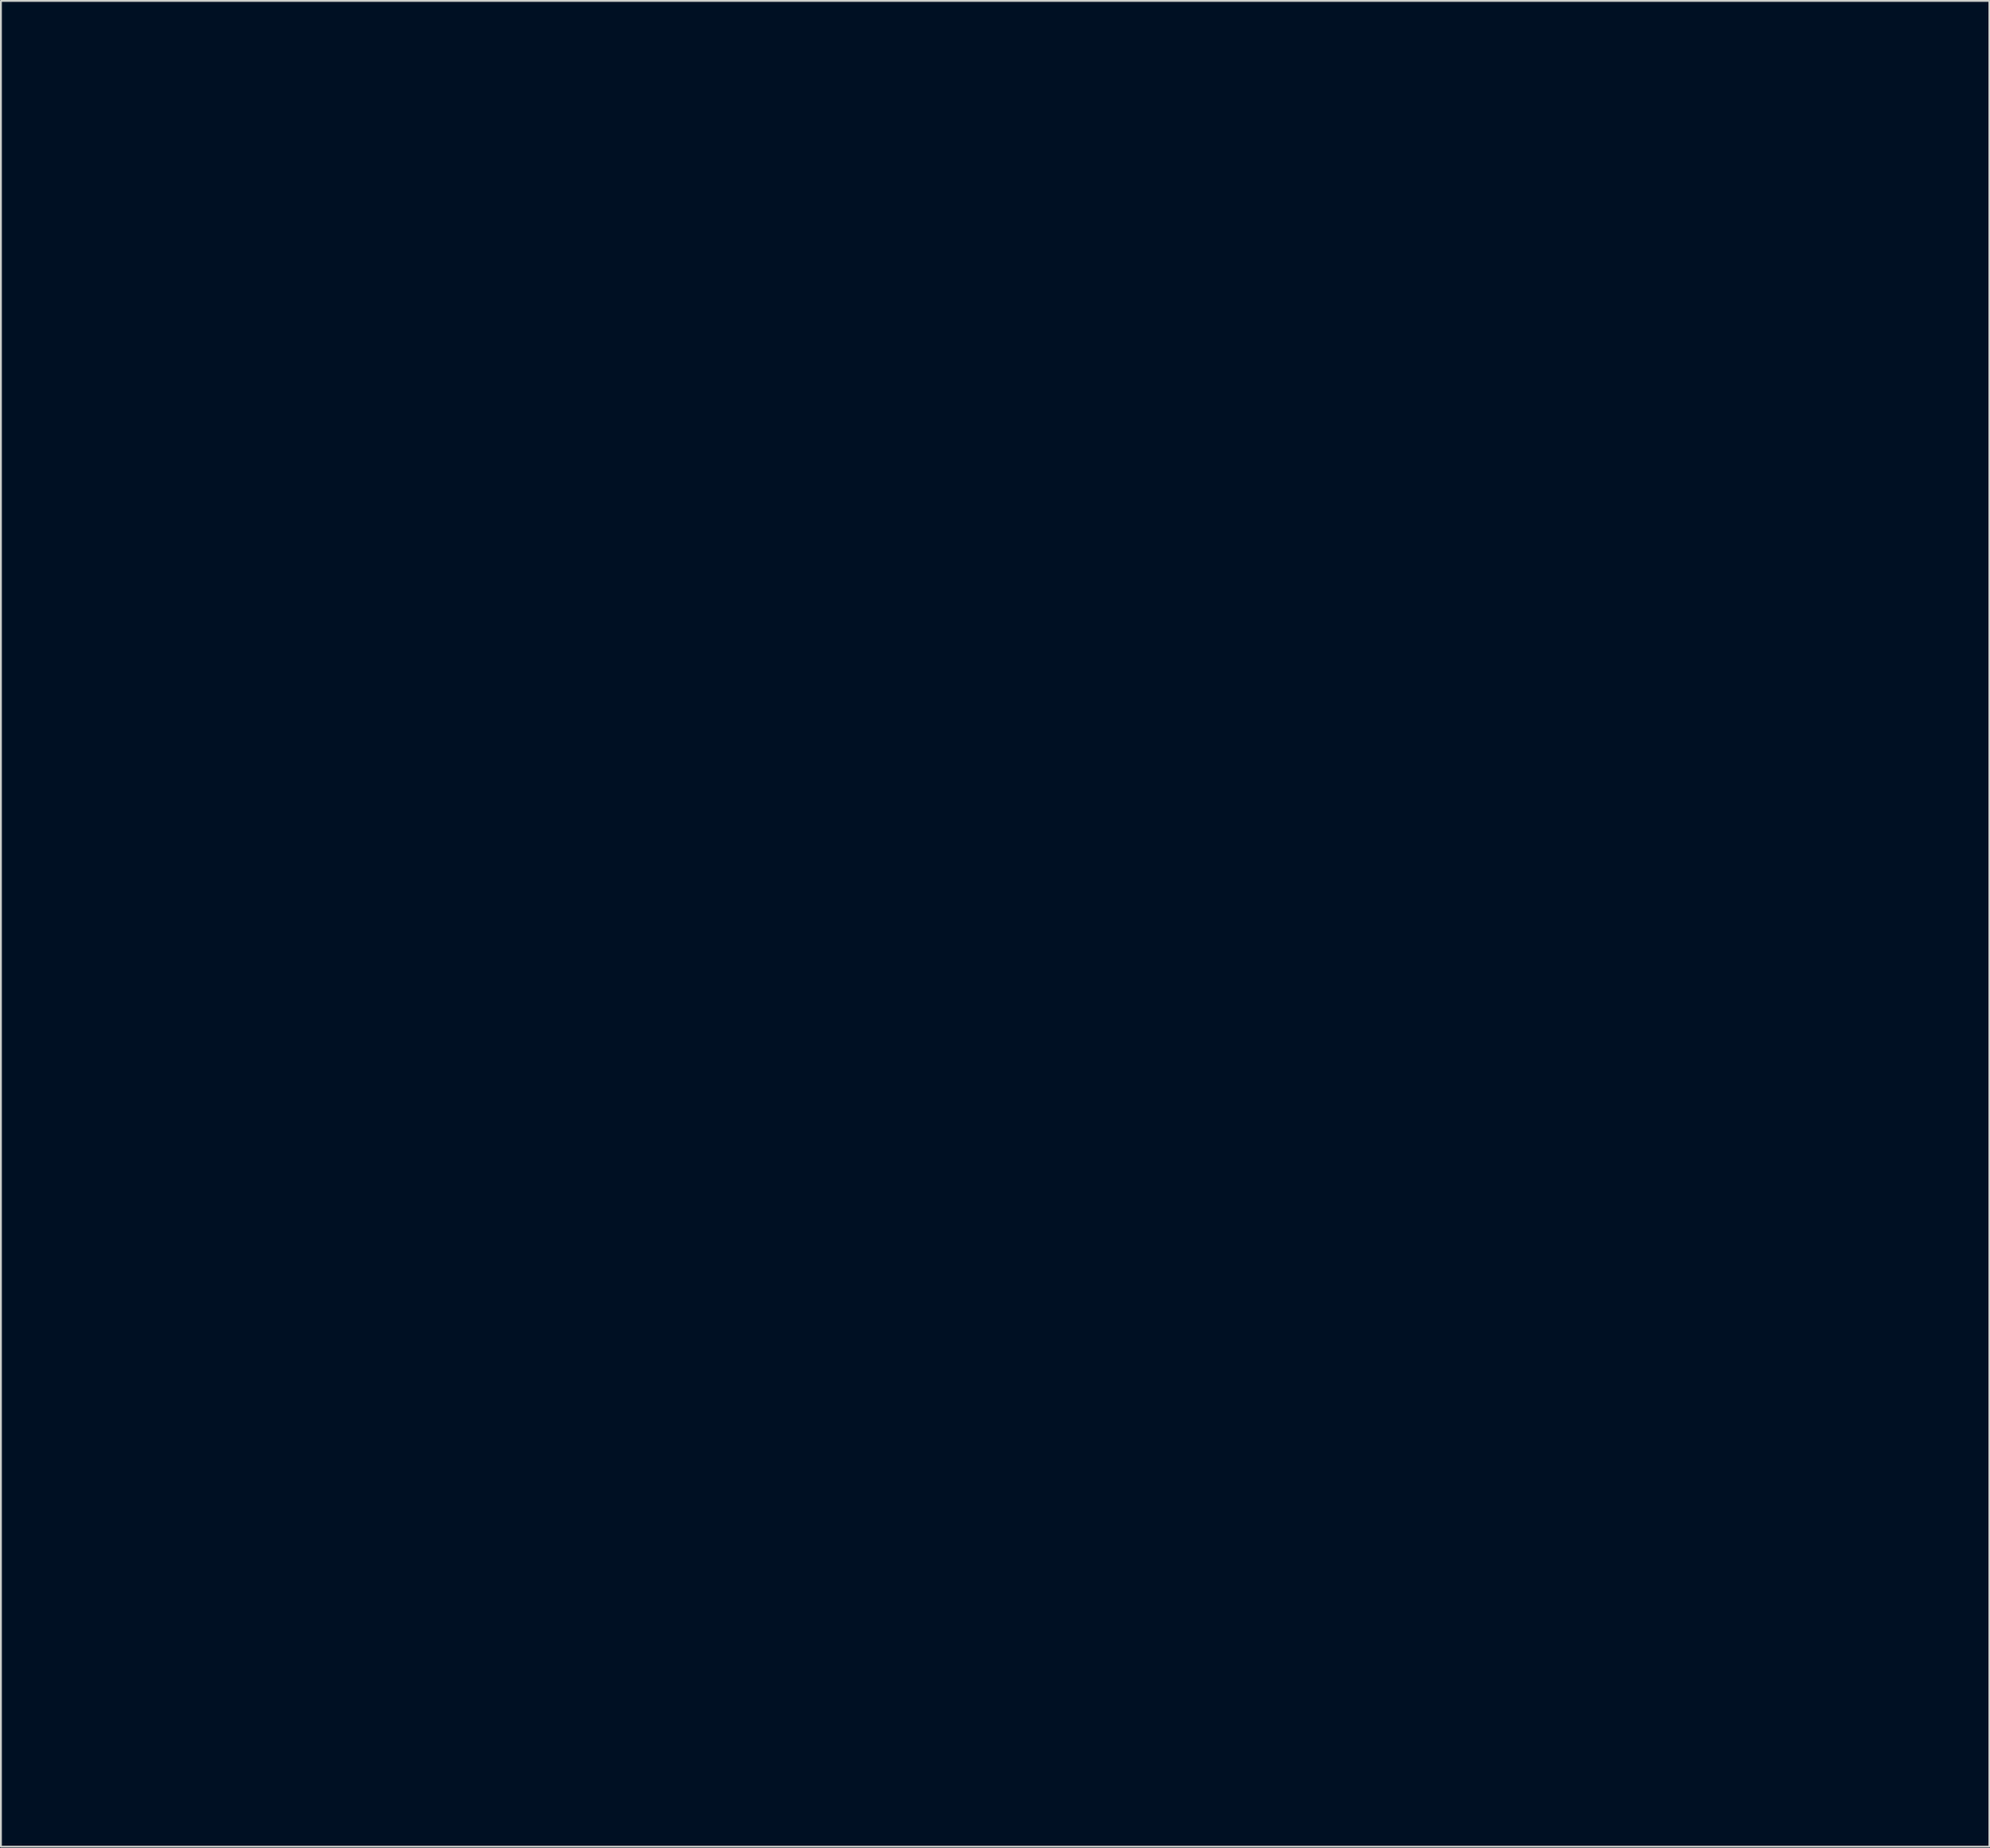
<source format=kicad_pcb>
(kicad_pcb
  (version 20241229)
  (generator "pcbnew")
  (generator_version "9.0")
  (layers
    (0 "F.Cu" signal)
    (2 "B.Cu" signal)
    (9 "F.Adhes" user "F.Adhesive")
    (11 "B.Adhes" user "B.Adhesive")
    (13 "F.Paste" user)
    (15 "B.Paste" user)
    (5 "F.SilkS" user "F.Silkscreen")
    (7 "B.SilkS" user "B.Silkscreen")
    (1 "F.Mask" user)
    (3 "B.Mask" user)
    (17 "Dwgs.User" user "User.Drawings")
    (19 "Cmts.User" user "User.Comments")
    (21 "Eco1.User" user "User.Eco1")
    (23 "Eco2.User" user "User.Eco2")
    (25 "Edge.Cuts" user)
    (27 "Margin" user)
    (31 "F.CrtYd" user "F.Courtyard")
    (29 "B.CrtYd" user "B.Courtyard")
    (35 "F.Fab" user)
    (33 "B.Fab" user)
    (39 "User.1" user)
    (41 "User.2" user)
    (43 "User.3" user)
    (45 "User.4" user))
  (footprint "copperinsideFMask"
    (layer "F.Cu")
    (at 52.254 48.265)
    (property "Reference" "copperinsideFMask" (at 0 0 0) (layer "F.Mask") (effects (font (size 1.524 1.524) (thickness 0.3))))
    (attr through_hole)
    (fp_poly (pts (xy 4.731 -5.606) (xy 4.778 -4.692) (xy 4.791 -4.368) (xy 4.801 -3.947) (xy 4.808 -3.46) (xy 4.812 -2.936) (xy 4.812 -2.406) (xy 4.81 -2.06) (xy 4.794 -0.342) (xy 0.349 -2.892) (xy 0.314 -4.763) (xy 1.839 -4.763) (xy 1.856 -6.001) (xy 1.873 -7.239) (xy 4.731 -5.606)) (stroke (width 0.01) (type solid)) (fill yes) (layer "F.Mask"))
    (fp_poly (pts (xy -5.525 3.221) (xy -5.526 5.81) (xy -6.305 6.266) (xy -6.592 6.432) (xy -6.843 6.573) (xy -7.036 6.679) (xy -7.15 6.736) (xy -7.167 6.742) (xy -7.235 6.699) (xy -7.345 6.564) (xy -7.482 6.357) (xy -7.55 6.243) (xy -7.849 5.724) (xy -8.942 6.293) (xy -10.035 6.863) (xy -10.001 3.22) (xy -8.001 2.052) (xy -7.533 1.779) (xy -7.09 1.522) (xy -6.687 1.288) (xy -6.339 1.087) (xy -6.058 0.925) (xy -5.86 0.812) (xy -5.763 0.758) (xy -5.524 0.632) (xy -5.525 3.221)) (stroke (width 0.01) (type solid)) (fill yes) (layer "F.Mask"))
    (fp_poly (pts (xy -1.864 -7.433) (xy -1.856 -7.263) (xy -1.849 -7.004) (xy -1.844 -6.673) (xy -1.842 -6.287) (xy -1.841 -6.128) (xy -1.841 -4.763) (xy -0.381 -4.763) (xy -0.381 -3.136) (xy -1.921 -2.242) (xy -2.368 -1.982) (xy -2.82 -1.719) (xy -3.255 -1.467) (xy -3.647 -1.238) (xy -3.973 -1.048) (xy -4.175 -0.93) (xy -4.889 -0.512) (xy -4.889 -5.761) (xy -3.398 -6.627) (xy -3.004 -6.855) (xy -2.647 -7.06) (xy -2.341 -7.235) (xy -2.1 -7.371) (xy -1.94 -7.46) (xy -1.874 -7.493) (xy -1.874 -7.493) (xy -1.864 -7.433)) (stroke (width 0.01) (type solid)) (fill yes) (layer "F.Mask"))
    (fp_poly (pts (xy -0.396 -0.623) (xy -0.393 -0.168) (xy -0.392 0.244) (xy -0.394 0.597) (xy -0.399 0.874) (xy -0.405 1.059) (xy -0.414 1.133) (xy -0.414 1.134) (xy -0.488 1.149) (xy -0.663 1.166) (xy -0.914 1.182) (xy -1.215 1.195) (xy -1.245 1.196) (xy -2.041 1.222) (xy -2.026 2.497) (xy -2.012 3.771) (xy -3.245 4.491) (xy -3.611 4.705) (xy -3.95 4.903) (xy -4.243 5.072) (xy -4.47 5.204) (xy -4.614 5.286) (xy -4.646 5.303) (xy -4.815 5.395) (xy -4.856 4.936) (xy -4.865 4.76) (xy -4.872 4.476) (xy -4.878 4.104) (xy -4.881 3.663) (xy -4.881 3.172) (xy -4.879 2.65) (xy -4.877 2.358) (xy -4.858 0.239) (xy -0.413 -2.345) (xy -0.396 -0.623)) (stroke (width 0.01) (type solid)) (fill yes) (layer "F.Mask"))
    (fp_poly (pts (xy 0.429 -2.062) (xy 0.591 -1.974) (xy 0.838 -1.836) (xy 1.16 -1.655) (xy 1.543 -1.437) (xy 1.977 -1.19) (xy 2.448 -0.92) (xy 2.603 -0.83) (xy 4.794 0.43) (xy 4.811 2.977) (xy 4.813 3.532) (xy 4.813 4.044) (xy 4.811 4.502) (xy 4.807 4.891) (xy 4.801 5.197) (xy 4.793 5.409) (xy 4.783 5.511) (xy 4.779 5.519) (xy 4.713 5.487) (xy 4.553 5.399) (xy 4.314 5.265) (xy 4.011 5.092) (xy 3.659 4.89) (xy 3.35 4.71) (xy 1.968 3.907) (xy 1.968 1.143) (xy 0.318 1.143) (xy 0.318 -0.476) (xy 0.319 -0.915) (xy 0.324 -1.308) (xy 0.332 -1.639) (xy 0.342 -1.891) (xy 0.354 -2.048) (xy 0.365 -2.093) (xy 0.429 -2.062)) (stroke (width 0.01) (type solid)) (fill yes) (layer "F.Mask"))
    (fp_poly (pts (xy 5.635 0.912) (xy 5.752 0.976) (xy 5.957 1.091) (xy 6.235 1.249) (xy 6.572 1.441) (xy 6.952 1.659) (xy 7.363 1.894) (xy 7.788 2.139) (xy 8.213 2.384) (xy 8.625 2.622) (xy 9.008 2.844) (xy 9.347 3.042) (xy 9.629 3.206) (xy 9.838 3.33) (xy 9.961 3.404) (xy 9.986 3.421) (xy 9.999 3.495) (xy 10.009 3.679) (xy 10.016 3.955) (xy 10.02 4.306) (xy 10.021 4.715) (xy 10.018 5.127) (xy 10.001 6.785) (xy 8.973 6.191) (xy 8.578 5.966) (xy 8.28 5.806) (xy 8.071 5.707) (xy 7.943 5.664) (xy 7.888 5.672) (xy 7.833 5.757) (xy 7.734 5.925) (xy 7.605 6.148) (xy 7.519 6.302) (xy 7.382 6.536) (xy 7.262 6.72) (xy 7.175 6.832) (xy 7.144 6.855) (xy 7.069 6.824) (xy 6.906 6.739) (xy 6.677 6.612) (xy 6.402 6.455) (xy 6.287 6.388) (xy 5.493 5.922) (xy 5.476 3.372) (xy 5.46 0.821) (xy 5.635 0.912)) (stroke (width 0.01) (type solid)) (fill yes) (layer "F.Mask"))
    (fp_poly (pts (xy -1.981 4.923) (xy -1.962 5.271) (xy -1.378 5.27) (xy -1.133 5.268) (xy -0.79 5.263) (xy -0.382 5.254) (xy 0.064 5.243) (xy 0.517 5.231) (xy 0.587 5.228) (xy 1.968 5.187) (xy 1.968 5.006) (xy 1.979 4.877) (xy 2.002 4.826) (xy 2.066 4.856) (xy 2.219 4.938) (xy 2.44 5.061) (xy 2.709 5.213) (xy 3.005 5.381) (xy 3.308 5.555) (xy 3.598 5.722) (xy 3.852 5.871) (xy 4.052 5.989) (xy 4.176 6.066) (xy 4.206 6.087) (xy 4.163 6.127) (xy 4.022 6.222) (xy 3.798 6.364) (xy 3.503 6.547) (xy 3.15 6.761) (xy 2.753 7) (xy 2.324 7.254) (xy 1.877 7.518) (xy 1.424 7.781) (xy 0.98 8.038) (xy 0.556 8.28) (xy 0.194 8.483) (xy -0.159 8.68) (xy -2.349 7.419) (xy -2.829 7.141) (xy -3.274 6.883) (xy -3.671 6.65) (xy -4.009 6.45) (xy -4.275 6.29) (xy -4.459 6.177) (xy -4.548 6.117) (xy -4.555 6.111) (xy -4.506 6.067) (xy -4.363 5.97) (xy -4.139 5.829) (xy -3.85 5.653) (xy -3.511 5.452) (xy -3.285 5.32) (xy -2 4.576) (xy -1.981 4.923)) (stroke (width 0.01) (type solid)) (fill yes) (layer "F.Mask"))
    (fp_poly (pts (xy -3.064 7.774) (xy -2.582 8.051) (xy -2.138 8.31) (xy -1.744 8.545) (xy -1.41 8.746) (xy -1.149 8.909) (xy -0.971 9.027) (xy -0.888 9.091) (xy -0.884 9.1) (xy -0.95 9.144) (xy -1.11 9.241) (xy -1.35 9.385) (xy -1.657 9.567) (xy -2.016 9.777) (xy -2.412 10.009) (xy -2.832 10.254) (xy -3.26 10.504) (xy -3.684 10.749) (xy -4.088 10.983) (xy -4.459 11.196) (xy -4.781 11.381) (xy -5.042 11.529) (xy -5.226 11.631) (xy -5.319 11.68) (xy -5.327 11.683) (xy -5.39 11.652) (xy -5.549 11.566) (xy -5.788 11.433) (xy -6.093 11.262) (xy -6.449 11.059) (xy -6.842 10.835) (xy -6.847 10.831) (xy -8.329 9.981) (xy -7.246 9.42) (xy -6.909 9.242) (xy -6.615 9.082) (xy -6.381 8.949) (xy -6.224 8.852) (xy -6.161 8.802) (xy -6.161 8.8) (xy -6.19 8.724) (xy -6.269 8.563) (xy -6.386 8.341) (xy -6.509 8.117) (xy -6.648 7.863) (xy -6.761 7.649) (xy -6.835 7.5) (xy -6.858 7.442) (xy -6.806 7.395) (xy -6.663 7.298) (xy -6.448 7.164) (xy -6.182 7.006) (xy -6.076 6.946) (xy -5.293 6.498) (xy -3.064 7.774)) (stroke (width 0.01) (type solid)) (fill yes) (layer "F.Mask"))
    (fp_poly (pts (xy 5.016 6.57) (xy 5.174 6.651) (xy 5.396 6.769) (xy 5.656 6.912) (xy 5.933 7.066) (xy 6.202 7.218) (xy 6.439 7.355) (xy 6.622 7.465) (xy 6.727 7.533) (xy 6.741 7.544) (xy 6.729 7.614) (xy 6.663 7.767) (xy 6.555 7.978) (xy 6.471 8.128) (xy 6.338 8.365) (xy 6.234 8.563) (xy 6.172 8.695) (xy 6.161 8.731) (xy 6.215 8.782) (xy 6.361 8.882) (xy 6.583 9.021) (xy 6.861 9.186) (xy 7.114 9.331) (xy 7.425 9.508) (xy 7.693 9.665) (xy 7.9 9.79) (xy 8.029 9.873) (xy 8.064 9.902) (xy 8.012 9.941) (xy 7.867 10.032) (xy 7.647 10.166) (xy 7.369 10.333) (xy 7.051 10.523) (xy 6.71 10.724) (xy 6.364 10.927) (xy 6.03 11.121) (xy 5.725 11.297) (xy 5.467 11.443) (xy 5.273 11.55) (xy 5.244 11.566) (xy 5.048 11.669) (xy 2.812 10.391) (xy 2.328 10.113) (xy 1.879 9.854) (xy 1.478 9.621) (xy 1.136 9.421) (xy 0.865 9.26) (xy 0.677 9.146) (xy 0.583 9.086) (xy 0.574 9.078) (xy 0.626 9.039) (xy 0.774 8.945) (xy 1.004 8.805) (xy 1.302 8.628) (xy 1.652 8.42) (xy 2.042 8.191) (xy 2.455 7.95) (xy 2.88 7.703) (xy 3.3 7.46) (xy 3.702 7.229) (xy 4.071 7.018) (xy 4.393 6.836) (xy 4.654 6.69) (xy 4.839 6.59) (xy 4.935 6.543) (xy 4.943 6.54) (xy 5.016 6.57)) (stroke (width 0.01) (type solid)) (fill yes) (layer "F.Mask"))
    (fp_poly (pts (xy -14.756 -45.945) (xy -14.37 -45.739) (xy -13.889 -45.478) (xy -13.33 -45.171) (xy -12.708 -44.827) (xy -12.039 -44.454) (xy -11.34 -44.063) (xy -10.625 -43.66) (xy -9.91 -43.255) (xy -9.212 -42.858) (xy -8.826 -42.637) (xy -8.386 -42.384) (xy -7.963 -42.142) (xy -7.575 -41.919) (xy -7.24 -41.727) (xy -6.976 -41.575) (xy -6.799 -41.474) (xy -6.77 -41.457) (xy -6.395 -41.243) (xy -6.445 -31.02) (xy -6.451 -29.87) (xy -6.457 -28.743) (xy -6.463 -27.647) (xy -6.47 -26.588) (xy -6.476 -25.575) (xy -6.483 -24.615) (xy -6.49 -23.716) (xy -6.496 -22.886) (xy -6.503 -22.133) (xy -6.509 -21.463) (xy -6.515 -20.886) (xy -6.521 -20.408) (xy -6.526 -20.037) (xy -6.531 -19.781) (xy -6.533 -19.691) (xy -6.572 -18.585) (xy -12.16 -15.389) (xy -13.42 -14.669) (xy -14.573 -14.011) (xy -15.62 -13.414) (xy -16.565 -12.877) (xy -17.41 -12.398) (xy -18.157 -11.976) (xy -18.809 -11.609) (xy -19.369 -11.296) (xy -19.838 -11.036) (xy -20.219 -10.828) (xy -20.515 -10.669) (xy -20.728 -10.559) (xy -20.86 -10.496) (xy -20.913 -10.479) (xy -20.992 -10.507) (xy -21.162 -10.586) (xy -21.402 -10.704) (xy -21.691 -10.851) (xy -21.876 -10.947) (xy -22.177 -11.11) (xy -22.434 -11.255) (xy -22.626 -11.371) (xy -22.736 -11.448) (xy -22.754 -11.47) (xy -22.721 -11.541) (xy -22.637 -11.702) (xy -22.513 -11.932) (xy -22.361 -12.21) (xy -22.193 -12.515) (xy -22.019 -12.827) (xy -21.852 -13.124) (xy -21.745 -13.311) (xy -21.594 -13.573) (xy -23.037 -14.338) (xy -23.501 -14.585) (xy -23.996 -14.848) (xy -24.488 -15.109) (xy -24.946 -15.353) (xy -25.338 -15.562) (xy -25.475 -15.635) (xy -26.47 -16.166) (xy -25.125 -16.954) (xy -24.137 -17.534) (xy -23.248 -18.055) (xy -22.448 -18.524) (xy -21.727 -18.945) (xy -21.076 -19.326) (xy -20.484 -19.672) (xy -19.942 -19.989) (xy -19.438 -20.283) (xy -18.963 -20.559) (xy -18.508 -20.824) (xy -18.061 -21.083) (xy -17.614 -21.342) (xy -17.272 -21.54) (xy -16.784 -21.824) (xy -16.324 -22.095) (xy -15.906 -22.345) (xy -15.543 -22.566) (xy -15.247 -22.75) (xy -15.032 -22.889) (xy -14.912 -22.974) (xy -14.897 -22.987) (xy -14.736 -23.219) (xy -14.663 -23.474) (xy -14.656 -23.579) (xy -14.647 -23.803) (xy -14.639 -24.136) (xy -14.63 -24.568) (xy -14.621 -25.092) (xy -14.612 -25.697) (xy -14.603 -26.375) (xy -14.594 -27.117) (xy -14.586 -27.913) (xy -14.578 -28.756) (xy -14.571 -29.635) (xy -14.567 -30.165) (xy -14.521 -36.548) (xy -14.826 -36.809) (xy -14.927 -36.891) (xy -15.055 -36.986) (xy -15.217 -37.099) (xy -15.421 -37.234) (xy -15.674 -37.395) (xy -15.981 -37.587) (xy -16.352 -37.814) (xy -16.792 -38.08) (xy -17.308 -38.39) (xy -17.908 -38.747) (xy -18.598 -39.157) (xy -19.386 -39.624) (xy -20.032 -40.005) (xy -20.605 -40.344) (xy -21.148 -40.665) (xy -21.651 -40.963) (xy -22.103 -41.231) (xy -22.494 -41.464) (xy -22.814 -41.655) (xy -23.052 -41.797) (xy -23.198 -41.886) (xy -23.238 -41.911) (xy -23.273 -41.94) (xy -23.285 -41.972) (xy -23.263 -42.014) (xy -23.199 -42.074) (xy -23.082 -42.157) (xy -22.901 -42.272) (xy -22.647 -42.425) (xy -22.31 -42.623) (xy -21.879 -42.872) (xy -21.548 -43.063) (xy -20.741 -43.527) (xy -19.966 -43.97) (xy -19.23 -44.388) (xy -18.545 -44.775) (xy -17.919 -45.127) (xy -17.362 -45.437) (xy -16.883 -45.7) (xy -16.491 -45.911) (xy -16.196 -46.066) (xy -16.114 -46.107) (xy -15.574 -46.375) (xy -14.756 -45.945)) (stroke (width 0.01) (type solid)) (fill yes) (layer "F.Mask"))
    (fp_poly (pts (xy 16.342 20.44) (xy 16.558 20.556) (xy 16.872 20.729) (xy 17.277 20.954) (xy 17.764 21.227) (xy 18.327 21.542) (xy 18.958 21.897) (xy 19.648 22.285) (xy 20.391 22.704) (xy 21.179 23.149) (xy 22.003 23.615) (xy 22.856 24.098) (xy 23.732 24.594) (xy 24.621 25.098) (xy 25.516 25.607) (xy 26.41 26.114) (xy 27.295 26.617) (xy 28.163 27.111) (xy 29.006 27.592) (xy 29.817 28.054) (xy 30.589 28.495) (xy 31.313 28.909) (xy 31.982 29.292) (xy 32.588 29.639) (xy 33.124 29.948) (xy 33.581 30.212) (xy 33.953 30.428) (xy 34.231 30.591) (xy 34.407 30.697) (xy 34.433 30.713) (xy 34.671 30.863) (xy 34.671 35.958) (xy 34.67 41.053) (xy 34.111 41.413) (xy 33.803 41.609) (xy 33.428 41.842) (xy 32.997 42.105) (xy 32.521 42.393) (xy 32.013 42.699) (xy 31.484 43.015) (xy 30.945 43.334) (xy 30.408 43.651) (xy 29.884 43.958) (xy 29.385 44.249) (xy 28.922 44.517) (xy 28.506 44.755) (xy 28.15 44.956) (xy 27.864 45.114) (xy 27.661 45.222) (xy 27.551 45.272) (xy 27.537 45.276) (xy 27.506 45.22) (xy 27.462 45.077) (xy 27.436 44.974) (xy 27.42 44.845) (xy 27.403 44.603) (xy 27.385 44.258) (xy 27.367 43.825) (xy 27.349 43.315) (xy 27.332 42.741) (xy 27.316 42.116) (xy 27.306 41.656) (xy 27.29 40.953) (xy 27.272 40.237) (xy 27.25 39.518) (xy 27.226 38.809) (xy 27.201 38.12) (xy 27.175 37.464) (xy 27.148 36.851) (xy 27.121 36.294) (xy 27.095 35.803) (xy 27.069 35.39) (xy 27.045 35.067) (xy 27.023 34.845) (xy 27.003 34.735) (xy 26.998 34.726) (xy 26.936 34.688) (xy 26.774 34.593) (xy 26.525 34.449) (xy 26.199 34.262) (xy 25.808 34.039) (xy 25.363 33.786) (xy 24.876 33.51) (xy 24.511 33.303) (xy 23.396 32.672) (xy 22.385 32.103) (xy 21.473 31.591) (xy 20.654 31.134) (xy 19.922 30.728) (xy 19.272 30.372) (xy 18.698 30.061) (xy 18.195 29.793) (xy 17.756 29.565) (xy 17.376 29.374) (xy 17.05 29.216) (xy 16.772 29.089) (xy 16.536 28.991) (xy 16.336 28.917) (xy 16.168 28.865) (xy 16.131 28.855) (xy 15.873 28.799) (xy 15.67 28.784) (xy 15.461 28.809) (xy 15.369 28.828) (xy 15.162 28.881) (xy 14.925 28.957) (xy 14.653 29.06) (xy 14.339 29.192) (xy 13.979 29.356) (xy 13.567 29.555) (xy 13.097 29.792) (xy 12.564 30.07) (xy 11.961 30.391) (xy 11.283 30.76) (xy 10.525 31.179) (xy 9.681 31.65) (xy 8.745 32.177) (xy 7.711 32.762) (xy 6.575 33.41) (xy 6.477 33.465) (xy 5.67 33.925) (xy 4.965 34.326) (xy 4.354 34.671) (xy 3.831 34.965) (xy 3.387 35.213) (xy 3.014 35.417) (xy 2.706 35.583) (xy 2.454 35.714) (xy 2.251 35.815) (xy 2.089 35.891) (xy 1.978 35.937) (xy 1.792 36.006) (xy 1.69 36.024) (xy 1.64 35.995) (xy 1.625 35.964) (xy 1.616 35.879) (xy 1.61 35.682) (xy 1.604 35.385) (xy 1.6 35.003) (xy 1.597 34.551) (xy 1.596 34.041) (xy 1.595 33.489) (xy 1.596 32.908) (xy 1.599 32.313) (xy 1.602 31.717) (xy 1.606 31.134) (xy 1.612 30.579) (xy 1.619 30.065) (xy 1.626 29.607) (xy 1.635 29.218) (xy 1.643 28.958) (xy 1.683 27.848) (xy 5.302 25.792) (xy 6.562 25.077) (xy 7.718 24.423) (xy 8.773 23.827) (xy 9.733 23.288) (xy 10.603 22.802) (xy 11.388 22.366) (xy 12.092 21.978) (xy 12.72 21.636) (xy 13.278 21.335) (xy 13.769 21.075) (xy 14.2 20.851) (xy 14.469 20.715) (xy 15.698 20.098) (xy 16.342 20.44)) (stroke (width 0.01) (type solid)) (fill yes) (layer "F.Mask"))
    (fp_poly (pts (xy -15.533 19.966) (xy -15.346 20.041) (xy -15.093 20.153) (xy -14.799 20.292) (xy -14.692 20.344) (xy -14.566 20.407) (xy -14.428 20.479) (xy -14.271 20.561) (xy -14.091 20.657) (xy -13.882 20.771) (xy -13.638 20.904) (xy -13.355 21.061) (xy -13.027 21.245) (xy -12.649 21.457) (xy -12.214 21.702) (xy -11.718 21.983) (xy -11.155 22.302) (xy -10.52 22.663) (xy -9.808 23.068) (xy -9.012 23.521) (xy -8.128 24.025) (xy -7.15 24.583) (xy -6.072 25.197) (xy -4.89 25.872) (xy -4.876 25.88) (xy -1.655 27.718) (xy -1.653 32.049) (xy -1.651 36.38) (xy -2.334 35.993) (xy -2.527 35.883) (xy -2.817 35.719) (xy -3.189 35.507) (xy -3.629 35.257) (xy -4.123 34.977) (xy -4.656 34.674) (xy -5.214 34.356) (xy -5.779 34.036) (xy -7.053 33.312) (xy -8.22 32.652) (xy -9.284 32.054) (xy -10.248 31.516) (xy -11.113 31.036) (xy -11.884 30.613) (xy -12.563 30.246) (xy -13.153 29.933) (xy -13.657 29.671) (xy -14.077 29.461) (xy -14.416 29.3) (xy -14.678 29.186) (xy -14.866 29.119) (xy -14.867 29.118) (xy -15.373 29.03) (xy -15.9 29.049) (xy -16.328 29.149) (xy -16.602 29.255) (xy -16.962 29.413) (xy -17.397 29.62) (xy -17.898 29.868) (xy -18.455 30.153) (xy -19.057 30.468) (xy -19.696 30.809) (xy -20.361 31.171) (xy -21.043 31.546) (xy -21.732 31.931) (xy -22.418 32.318) (xy -23.091 32.704) (xy -23.742 33.082) (xy -24.362 33.447) (xy -24.939 33.793) (xy -25.465 34.114) (xy -25.929 34.406) (xy -26.322 34.663) (xy -26.635 34.879) (xy -26.856 35.048) (xy -26.978 35.165) (xy -26.991 35.186) (xy -27.021 35.279) (xy -27.05 35.447) (xy -27.078 35.697) (xy -27.105 36.032) (xy -27.132 36.461) (xy -27.159 36.987) (xy -27.187 37.617) (xy -27.215 38.358) (xy -27.244 39.213) (xy -27.274 40.164) (xy -27.295 40.835) (xy -27.317 41.496) (xy -27.339 42.13) (xy -27.361 42.722) (xy -27.382 43.254) (xy -27.401 43.71) (xy -27.418 44.075) (xy -27.432 44.331) (xy -27.434 44.355) (xy -27.456 44.682) (xy -27.474 44.967) (xy -27.487 45.184) (xy -27.494 45.308) (xy -27.495 45.323) (xy -27.502 45.371) (xy -27.535 45.39) (xy -27.61 45.372) (xy -27.743 45.312) (xy -27.952 45.202) (xy -28.252 45.037) (xy -28.291 45.015) (xy -28.676 44.798) (xy -29.156 44.524) (xy -29.717 44.199) (xy -30.345 43.834) (xy -31.026 43.435) (xy -31.747 43.011) (xy -32.492 42.569) (xy -33.249 42.119) (xy -33.351 42.058) (xy -34.983 41.084) (xy -34.951 37.735) (xy -34.942 36.904) (xy -34.93 36.083) (xy -34.916 35.284) (xy -34.901 34.516) (xy -34.884 33.791) (xy -34.865 33.121) (xy -34.846 32.516) (xy -34.827 31.987) (xy -34.807 31.546) (xy -34.787 31.204) (xy -34.768 30.971) (xy -34.758 30.893) (xy -34.745 30.851) (xy -34.717 30.805) (xy -34.664 30.751) (xy -34.58 30.682) (xy -34.457 30.595) (xy -34.285 30.483) (xy -34.058 30.344) (xy -33.767 30.17) (xy -33.405 29.958) (xy -32.963 29.703) (xy -32.434 29.4) (xy -31.809 29.043) (xy -31.157 28.672) (xy -29.581 27.775) (xy -28.111 26.939) (xy -26.745 26.161) (xy -25.478 25.441) (xy -24.308 24.776) (xy -23.23 24.164) (xy -22.241 23.603) (xy -21.337 23.09) (xy -20.516 22.625) (xy -19.773 22.205) (xy -19.105 21.828) (xy -18.508 21.493) (xy -17.979 21.196) (xy -17.515 20.936) (xy -17.111 20.712) (xy -16.764 20.52) (xy -16.471 20.36) (xy -16.228 20.229) (xy -16.032 20.125) (xy -15.879 20.046) (xy -15.765 19.99) (xy -15.687 19.956) (xy -15.642 19.94) (xy -15.632 19.939) (xy -15.533 19.966)) (stroke (width 0.01) (type solid)) (fill yes) (layer "F.Mask"))
    (fp_poly (pts (xy -29.578 -9.602) (xy -29.421 -9.522) (xy -29.176 -9.395) (xy -28.855 -9.227) (xy -28.469 -9.024) (xy -28.031 -8.792) (xy -27.552 -8.538) (xy -27.372 -8.442) (xy -25.12 -7.245) (xy -24.778 -7.861) (xy -24.559 -8.253) (xy -24.393 -8.547) (xy -24.272 -8.756) (xy -24.188 -8.894) (xy -24.132 -8.974) (xy -24.097 -9.009) (xy -24.08 -9.015) (xy -24.012 -8.984) (xy -23.853 -8.902) (xy -23.623 -8.777) (xy -23.342 -8.622) (xy -23.146 -8.512) (xy -22.257 -8.011) (xy -22.264 -7.387) (xy -22.266 -7.243) (xy -22.268 -6.98) (xy -22.271 -6.608) (xy -22.274 -6.135) (xy -22.278 -5.57) (xy -22.283 -4.921) (xy -22.288 -4.197) (xy -22.293 -3.408) (xy -22.299 -2.561) (xy -22.305 -1.665) (xy -22.312 -0.73) (xy -22.318 0.237) (xy -22.321 0.748) (xy -22.371 8.259) (xy -30.696 13.011) (xy -31.665 13.564) (xy -32.617 14.107) (xy -33.543 14.635) (xy -34.437 15.145) (xy -35.292 15.632) (xy -36.101 16.093) (xy -36.856 16.524) (xy -37.551 16.92) (xy -38.179 17.278) (xy -38.732 17.592) (xy -39.204 17.861) (xy -39.587 18.078) (xy -39.874 18.242) (xy -40.059 18.346) (xy -40.069 18.351) (xy -40.412 18.545) (xy -40.73 18.724) (xy -41 18.878) (xy -41.201 18.993) (xy -41.309 19.055) (xy -41.501 19.17) (xy -42.452 18.673) (xy -42.764 18.508) (xy -43.119 18.318) (xy -43.524 18.098) (xy -43.986 17.844) (xy -44.513 17.553) (xy -45.112 17.22) (xy -45.791 16.841) (xy -46.556 16.411) (xy -47.416 15.928) (xy -48.378 15.386) (xy -48.528 15.301) (xy -50.606 14.13) (xy -50.578 12.573) (xy -50.571 12.136) (xy -50.561 11.598) (xy -50.551 10.989) (xy -50.54 10.334) (xy -50.529 9.663) (xy -50.518 9.001) (xy -50.51 8.511) (xy -50.5 7.956) (xy -50.488 7.438) (xy -50.476 6.971) (xy -50.464 6.57) (xy -50.452 6.25) (xy -50.441 6.024) (xy -50.43 5.907) (xy -50.428 5.896) (xy -50.416 5.875) (xy -50.392 5.864) (xy -50.35 5.866) (xy -50.282 5.886) (xy -50.181 5.927) (xy -50.039 5.993) (xy -49.85 6.087) (xy -49.605 6.214) (xy -49.298 6.376) (xy -48.92 6.579) (xy -48.466 6.826) (xy -47.927 7.12) (xy -47.296 7.465) (xy -46.566 7.865) (xy -46.038 8.155) (xy -45.151 8.638) (xy -44.369 9.055) (xy -43.691 9.406) (xy -43.114 9.694) (xy -42.636 9.919) (xy -42.254 10.083) (xy -41.967 10.185) (xy -41.925 10.198) (xy -41.719 10.251) (xy -41.566 10.271) (xy -41.416 10.256) (xy -41.217 10.204) (xy -41.105 10.171) (xy -40.815 10.069) (xy -40.452 9.916) (xy -40.012 9.71) (xy -39.49 9.449) (xy -38.883 9.131) (xy -38.186 8.754) (xy -37.396 8.316) (xy -36.509 7.813) (xy -35.52 7.245) (xy -35.179 7.048) (xy -34.318 6.548) (xy -33.56 6.105) (xy -32.899 5.716) (xy -32.329 5.376) (xy -31.841 5.08) (xy -31.431 4.823) (xy -31.089 4.602) (xy -30.811 4.412) (xy -30.588 4.248) (xy -30.414 4.106) (xy -30.282 3.981) (xy -30.186 3.869) (xy -30.118 3.765) (xy -30.088 3.704) (xy -30.059 3.626) (xy -30.033 3.522) (xy -30.009 3.384) (xy -29.987 3.206) (xy -29.966 2.981) (xy -29.946 2.702) (xy -29.927 2.364) (xy -29.909 1.959) (xy -29.891 1.48) (xy -29.873 0.921) (xy -29.854 0.276) (xy -29.835 -0.463) (xy -29.816 -1.301) (xy -29.795 -2.246) (xy -29.773 -3.305) (xy -29.749 -4.483) (xy -29.747 -4.57) (xy -29.732 -5.359) (xy -29.716 -6.11) (xy -29.702 -6.813) (xy -29.688 -7.461) (xy -29.675 -8.042) (xy -29.664 -8.547) (xy -29.654 -8.967) (xy -29.646 -9.292) (xy -29.64 -9.513) (xy -29.636 -9.62) (xy -29.635 -9.628) (xy -29.578 -9.602)) (stroke (width 0.01) (type solid)) (fill yes) (layer "F.Mask"))
    (fp_poly (pts (xy 29.503 -9.949) (xy 29.513 -9.761) (xy 29.527 -9.457) (xy 29.544 -9.045) (xy 29.565 -8.531) (xy 29.588 -7.92) (xy 29.615 -7.219) (xy 29.644 -6.433) (xy 29.675 -5.57) (xy 29.708 -4.635) (xy 29.744 -3.634) (xy 29.781 -2.573) (xy 29.781 -2.572) (xy 29.818 -1.517) (xy 29.852 -0.582) (xy 29.885 0.242) (xy 29.916 0.962) (xy 29.946 1.585) (xy 29.976 2.121) (xy 30.005 2.575) (xy 30.036 2.956) (xy 30.068 3.272) (xy 30.101 3.531) (xy 30.137 3.739) (xy 30.176 3.905) (xy 30.218 4.036) (xy 30.264 4.14) (xy 30.378 4.276) (xy 30.607 4.466) (xy 30.95 4.71) (xy 31.407 5.008) (xy 31.979 5.36) (xy 32.385 5.602) (xy 32.989 5.952) (xy 33.648 6.325) (xy 34.347 6.714) (xy 35.076 7.112) (xy 35.819 7.512) (xy 36.566 7.907) (xy 37.302 8.292) (xy 38.016 8.659) (xy 38.694 9.002) (xy 39.323 9.314) (xy 39.891 9.588) (xy 40.385 9.818) (xy 40.791 9.997) (xy 41.048 10.1) (xy 41.324 10.182) (xy 41.59 10.208) (xy 41.876 10.175) (xy 42.213 10.08) (xy 42.588 9.937) (xy 42.876 9.811) (xy 43.258 9.634) (xy 43.714 9.415) (xy 44.226 9.163) (xy 44.774 8.888) (xy 45.342 8.598) (xy 45.909 8.304) (xy 46.457 8.014) (xy 46.831 7.812) (xy 47.532 7.433) (xy 48.169 7.09) (xy 48.736 6.787) (xy 49.227 6.527) (xy 49.635 6.314) (xy 49.955 6.15) (xy 50.18 6.04) (xy 50.303 5.986) (xy 50.326 5.982) (xy 50.337 6.052) (xy 50.352 6.236) (xy 50.371 6.52) (xy 50.392 6.891) (xy 50.415 7.336) (xy 50.44 7.843) (xy 50.466 8.397) (xy 50.493 8.985) (xy 50.519 9.596) (xy 50.545 10.214) (xy 50.57 10.828) (xy 50.593 11.424) (xy 50.614 11.989) (xy 50.633 12.509) (xy 50.647 12.973) (xy 50.658 13.366) (xy 50.665 13.676) (xy 50.667 13.888) (xy 50.663 13.991) (xy 50.661 13.999) (xy 50.586 14.045) (xy 50.412 14.146) (xy 50.148 14.298) (xy 49.805 14.493) (xy 49.393 14.726) (xy 48.925 14.99) (xy 48.41 15.281) (xy 47.858 15.591) (xy 47.282 15.915) (xy 46.691 16.247) (xy 46.096 16.58) (xy 45.507 16.909) (xy 44.937 17.228) (xy 44.394 17.531) (xy 43.89 17.812) (xy 43.436 18.064) (xy 43.043 18.282) (xy 42.72 18.459) (xy 42.479 18.591) (xy 42.405 18.63) (xy 41.725 18.993) (xy 40.373 18.301) (xy 40.146 18.184) (xy 39.914 18.063) (xy 39.671 17.936) (xy 39.413 17.798) (xy 39.133 17.647) (xy 38.826 17.48) (xy 38.487 17.293) (xy 38.11 17.084) (xy 37.689 16.85) (xy 37.219 16.587) (xy 36.695 16.292) (xy 36.111 15.963) (xy 35.461 15.596) (xy 34.74 15.187) (xy 33.943 14.735) (xy 33.064 14.236) (xy 32.097 13.686) (xy 31.037 13.083) (xy 29.879 12.424) (xy 28.617 11.705) (xy 28.435 11.602) (xy 22.168 8.033) (xy 22.148 6.096) (xy 22.145 5.747) (xy 22.141 5.283) (xy 22.138 4.718) (xy 22.135 4.063) (xy 22.131 3.331) (xy 22.127 2.535) (xy 22.124 1.686) (xy 22.121 0.799) (xy 22.118 -0.116) (xy 22.115 -1.044) (xy 22.112 -1.975) (xy 22.112 -2.074) (xy 22.096 -8.308) (xy 23.086 -8.827) (xy 23.407 -8.993) (xy 23.687 -9.135) (xy 23.906 -9.243) (xy 24.048 -9.309) (xy 24.094 -9.324) (xy 24.131 -9.264) (xy 24.217 -9.115) (xy 24.342 -8.899) (xy 24.491 -8.637) (xy 24.509 -8.604) (xy 24.669 -8.325) (xy 24.813 -8.075) (xy 24.925 -7.881) (xy 24.991 -7.77) (xy 24.993 -7.768) (xy 25.017 -7.734) (xy 25.049 -7.714) (xy 25.1 -7.711) (xy 25.18 -7.731) (xy 25.3 -7.779) (xy 25.47 -7.86) (xy 25.702 -7.977) (xy 26.005 -8.138) (xy 26.39 -8.346) (xy 26.869 -8.606) (xy 27.282 -8.831) (xy 27.766 -9.095) (xy 28.213 -9.337) (xy 28.613 -9.553) (xy 28.952 -9.735) (xy 29.22 -9.877) (xy 29.403 -9.972) (xy 29.491 -10.015) (xy 29.497 -10.017) (xy 29.503 -9.949)) (stroke (width 0.01) (type solid)) (fill yes) (layer "F.Mask"))
    (fp_poly (pts (xy 15.611 -46.189) (xy 15.706 -46.161) (xy 15.838 -46.105) (xy 16.019 -46.016) (xy 16.259 -45.889) (xy 16.569 -45.718) (xy 16.96 -45.498) (xy 17.443 -45.223) (xy 17.847 -44.992) (xy 18.786 -44.453) (xy 19.618 -43.973) (xy 20.348 -43.551) (xy 20.978 -43.185) (xy 21.513 -42.871) (xy 21.956 -42.608) (xy 22.313 -42.394) (xy 22.585 -42.225) (xy 22.778 -42.1) (xy 22.895 -42.017) (xy 22.94 -41.973) (xy 22.94 -41.966) (xy 22.874 -41.923) (xy 22.708 -41.822) (xy 22.453 -41.669) (xy 22.119 -41.471) (xy 21.716 -41.233) (xy 21.255 -40.961) (xy 20.746 -40.662) (xy 20.199 -40.342) (xy 19.625 -40.005) (xy 19.033 -39.659) (xy 18.435 -39.31) (xy 17.84 -38.963) (xy 17.259 -38.625) (xy 16.702 -38.301) (xy 16.179 -37.997) (xy 15.7 -37.72) (xy 15.277 -37.476) (xy 14.919 -37.27) (xy 14.637 -37.109) (xy 14.44 -36.998) (xy 14.34 -36.944) (xy 14.33 -36.94) (xy 14.323 -36.875) (xy 14.318 -36.694) (xy 14.315 -36.406) (xy 14.313 -36.022) (xy 14.314 -35.551) (xy 14.315 -35.004) (xy 14.318 -34.391) (xy 14.322 -33.723) (xy 14.328 -33.009) (xy 14.334 -32.259) (xy 14.341 -31.485) (xy 14.35 -30.695) (xy 14.359 -29.9) (xy 14.368 -29.111) (xy 14.378 -28.337) (xy 14.389 -27.589) (xy 14.399 -26.876) (xy 14.41 -26.21) (xy 14.421 -25.6) (xy 14.432 -25.056) (xy 14.442 -24.589) (xy 14.453 -24.208) (xy 14.463 -23.924) (xy 14.472 -23.748) (xy 14.475 -23.719) (xy 14.506 -23.46) (xy 14.542 -23.291) (xy 14.598 -23.176) (xy 14.687 -23.079) (xy 14.741 -23.033) (xy 14.902 -22.91) (xy 15.152 -22.739) (xy 15.494 -22.518) (xy 15.93 -22.244) (xy 16.465 -21.917) (xy 17.101 -21.534) (xy 17.842 -21.092) (xy 18.669 -20.603) (xy 19.816 -19.927) (xy 20.855 -19.314) (xy 21.788 -18.763) (xy 22.616 -18.274) (xy 23.342 -17.844) (xy 23.967 -17.472) (xy 24.493 -17.159) (xy 24.922 -16.902) (xy 25.255 -16.702) (xy 25.495 -16.555) (xy 25.643 -16.463) (xy 25.699 -16.424) (xy 25.693 -16.39) (xy 25.626 -16.328) (xy 25.49 -16.233) (xy 25.277 -16.102) (xy 24.979 -15.928) (xy 24.591 -15.709) (xy 24.103 -15.439) (xy 23.635 -15.183) (xy 23.158 -14.922) (xy 22.717 -14.68) (xy 22.324 -14.465) (xy 21.991 -14.283) (xy 21.73 -14.139) (xy 21.554 -14.042) (xy 21.476 -13.998) (xy 21.473 -13.996) (xy 21.495 -13.938) (xy 21.572 -13.788) (xy 21.692 -13.564) (xy 21.846 -13.284) (xy 22 -13.012) (xy 22.175 -12.696) (xy 22.321 -12.418) (xy 22.429 -12.196) (xy 22.49 -12.049) (xy 22.498 -11.997) (xy 22.408 -11.936) (xy 22.23 -11.835) (xy 21.988 -11.706) (xy 21.704 -11.56) (xy 21.404 -11.409) (xy 21.11 -11.265) (xy 20.845 -11.14) (xy 20.635 -11.045) (xy 20.501 -10.992) (xy 20.471 -10.986) (xy 20.386 -11.016) (xy 20.205 -11.101) (xy 19.944 -11.234) (xy 19.616 -11.406) (xy 19.237 -11.611) (xy 18.822 -11.84) (xy 18.666 -11.927) (xy 17.976 -12.315) (xy 17.248 -12.727) (xy 16.488 -13.158) (xy 15.705 -13.603) (xy 14.908 -14.059) (xy 14.104 -14.519) (xy 13.301 -14.98) (xy 12.509 -15.437) (xy 11.734 -15.884) (xy 10.986 -16.318) (xy 10.271 -16.733) (xy 9.599 -17.125) (xy 8.977 -17.489) (xy 8.414 -17.821) (xy 7.918 -18.115) (xy 7.496 -18.367) (xy 7.158 -18.572) (xy 6.91 -18.726) (xy 6.762 -18.824) (xy 6.734 -18.845) (xy 6.598 -18.955) (xy 6.559 -29.846) (xy 6.554 -31.31) (xy 6.55 -32.651) (xy 6.547 -33.873) (xy 6.544 -34.981) (xy 6.543 -35.979) (xy 6.542 -36.87) (xy 6.543 -37.66) (xy 6.544 -38.352) (xy 6.547 -38.95) (xy 6.55 -39.459) (xy 6.554 -39.883) (xy 6.56 -40.226) (xy 6.566 -40.492) (xy 6.574 -40.685) (xy 6.582 -40.81) (xy 6.592 -40.871) (xy 6.594 -40.875) (xy 6.678 -40.969) (xy 6.842 -41.106) (xy 7.058 -41.266) (xy 7.192 -41.356) (xy 7.382 -41.477) (xy 7.662 -41.648) (xy 8.02 -41.864) (xy 8.445 -42.118) (xy 8.926 -42.403) (xy 9.452 -42.714) (xy 10.013 -43.043) (xy 10.598 -43.385) (xy 11.195 -43.734) (xy 11.795 -44.083) (xy 12.385 -44.425) (xy 12.956 -44.755) (xy 13.495 -45.066) (xy 13.993 -45.351) (xy 14.439 -45.605) (xy 14.821 -45.821) (xy 15.129 -45.992) (xy 15.352 -46.114) (xy 15.479 -46.178) (xy 15.493 -46.184) (xy 15.544 -46.195) (xy 15.611 -46.189)) (stroke (width 0.01) (type solid)) (fill yes) (layer "F.Mask"))
    (fp_poly (pts (xy 15.666 -48.229) (xy 15.839 -48.139) (xy 16.105 -47.996) (xy 16.454 -47.803) (xy 16.88 -47.567) (xy 17.372 -47.291) (xy 17.922 -46.981) (xy 18.522 -46.642) (xy 19.163 -46.278) (xy 19.837 -45.895) (xy 20.535 -45.497) (xy 21.247 -45.089) (xy 21.967 -44.676) (xy 22.685 -44.264) (xy 23.392 -43.856) (xy 24.08 -43.458) (xy 24.74 -43.075) (xy 25.364 -42.711) (xy 25.94 -42.373) (xy 26.122 -42.258) (xy 26.218 -42.163) (xy 26.253 -42.056) (xy 26.257 -41.971) (xy 26.237 -41.81) (xy 26.157 -41.724) (xy 26.092 -41.696) (xy 26.055 -41.691) (xy 26 -41.699) (xy 25.92 -41.725) (xy 25.809 -41.772) (xy 25.66 -41.843) (xy 25.466 -41.942) (xy 25.22 -42.074) (xy 24.916 -42.24) (xy 24.548 -42.446) (xy 24.108 -42.696) (xy 23.589 -42.991) (xy 22.985 -43.337) (xy 22.29 -43.737) (xy 21.496 -44.194) (xy 20.885 -44.547) (xy 20.147 -44.973) (xy 19.439 -45.381) (xy 18.769 -45.768) (xy 18.144 -46.129) (xy 17.573 -46.459) (xy 17.064 -46.753) (xy 16.624 -47.007) (xy 16.261 -47.217) (xy 15.984 -47.377) (xy 15.801 -47.484) (xy 15.718 -47.531) (xy 15.716 -47.533) (xy 15.685 -47.541) (xy 15.634 -47.534) (xy 15.555 -47.508) (xy 15.443 -47.461) (xy 15.291 -47.387) (xy 15.092 -47.284) (xy 14.84 -47.149) (xy 14.528 -46.976) (xy 14.149 -46.764) (xy 13.697 -46.507) (xy 13.165 -46.203) (xy 12.546 -45.848) (xy 11.834 -45.438) (xy 11.023 -44.969) (xy 10.573 -44.709) (xy 5.556 -41.808) (xy 5.556 -18.138) (xy 12.994 -13.847) (xy 13.889 -13.33) (xy 14.753 -12.831) (xy 15.579 -12.352) (xy 16.361 -11.898) (xy 17.093 -11.472) (xy 17.769 -11.077) (xy 18.382 -10.718) (xy 18.926 -10.399) (xy 19.395 -10.122) (xy 19.782 -9.892) (xy 20.082 -9.713) (xy 20.286 -9.587) (xy 20.391 -9.519) (xy 20.403 -9.508) (xy 20.335 -9.454) (xy 20.188 -9.368) (xy 20.057 -9.298) (xy 19.739 -9.137) (xy 17.571 -10.383) (xy 17.04 -10.685) (xy 16.562 -10.953) (xy 16.146 -11.182) (xy 15.801 -11.366) (xy 15.537 -11.5) (xy 15.364 -11.58) (xy 15.294 -11.6) (xy 15.217 -11.562) (xy 15.042 -11.468) (xy 14.782 -11.323) (xy 14.449 -11.134) (xy 14.055 -10.909) (xy 13.613 -10.655) (xy 13.133 -10.377) (xy 12.921 -10.254) (xy 12.349 -9.92) (xy 11.879 -9.643) (xy 11.502 -9.418) (xy 11.212 -9.239) (xy 10.998 -9.102) (xy 10.853 -9) (xy 10.769 -8.928) (xy 10.736 -8.881) (xy 10.742 -8.858) (xy 10.817 -8.807) (xy 10.987 -8.703) (xy 11.237 -8.555) (xy 11.554 -8.37) (xy 11.922 -8.156) (xy 12.329 -7.922) (xy 12.759 -7.675) (xy 13.198 -7.424) (xy 13.633 -7.177) (xy 14.048 -6.942) (xy 14.431 -6.727) (xy 14.766 -6.54) (xy 15.04 -6.389) (xy 15.238 -6.283) (xy 15.347 -6.228) (xy 15.362 -6.223) (xy 15.448 -6.253) (xy 15.603 -6.331) (xy 15.736 -6.406) (xy 16.047 -6.59) (xy 16.151 -6.412) (xy 16.224 -6.279) (xy 16.256 -6.2) (xy 16.256 -6.198) (xy 16.205 -6.15) (xy 16.072 -6.061) (xy 15.899 -5.959) (xy 15.541 -5.757) (xy 15.588 -3.085) (xy 15.598 -2.515) (xy 15.609 -1.986) (xy 15.619 -1.51) (xy 15.629 -1.102) (xy 15.638 -0.773) (xy 15.646 -0.538) (xy 15.653 -0.41) (xy 15.656 -0.39) (xy 15.713 -0.416) (xy 15.869 -0.499) (xy 16.112 -0.634) (xy 16.43 -0.813) (xy 16.812 -1.031) (xy 17.247 -1.28) (xy 17.723 -1.554) (xy 17.999 -1.714) (xy 20.32 -3.061) (xy 20.321 -5.801) (xy 20.322 -6.383) (xy 20.324 -6.929) (xy 20.328 -7.424) (xy 20.333 -7.856) (xy 20.338 -8.21) (xy 20.345 -8.473) (xy 20.352 -8.631) (xy 20.356 -8.67) (xy 20.423 -8.757) (xy 20.563 -8.874) (xy 20.737 -8.996) (xy 20.906 -9.095) (xy 21.03 -9.143) (xy 21.044 -9.144) (xy 21.048 -9.082) (xy 21.053 -8.9) (xy 21.057 -8.605) (xy 21.062 -8.204) (xy 21.067 -7.705) (xy 21.071 -7.115) (xy 21.075 -6.441) (xy 21.08 -5.69) (xy 21.084 -4.868) (xy 21.087 -3.984) (xy 21.09 -3.045) (xy 21.093 -2.057) (xy 21.096 -1.028) (xy 21.098 -0.149) (xy 21.114 8.846) (xy 31.331 14.745) (xy 32.536 15.44) (xy 33.683 16.101) (xy 34.769 16.725) (xy 35.789 17.311) (xy 36.741 17.856) (xy 37.62 18.359) (xy 38.423 18.817) (xy 39.145 19.227) (xy 39.784 19.589) (xy 40.335 19.899) (xy 40.794 20.156) (xy 41.159 20.357) (xy 41.424 20.501) (xy 41.587 20.585) (xy 41.644 20.607) (xy 41.711 20.571) (xy 41.881 20.475) (xy 42.145 20.325) (xy 42.495 20.125) (xy 42.924 19.88) (xy 43.422 19.594) (xy 43.983 19.272) (xy 44.599 18.918) (xy 45.261 18.537) (xy 45.961 18.133) (xy 46.692 17.712) (xy 46.714 17.699) (xy 51.689 14.827) (xy 51.689 8.855) (xy 51.689 7.793) (xy 51.691 6.851) (xy 51.693 6.025) (xy 51.696 5.309) (xy 51.7 4.696) (xy 51.705 4.18) (xy 51.711 3.756) (xy 51.719 3.419) (xy 51.728 3.161) (xy 51.738 2.978) (xy 51.75 2.862) (xy 51.763 2.81) (xy 51.765 2.807) (xy 51.907 2.739) (xy 52.074 2.747) (xy 52.19 2.817) (xy 52.202 2.87) (xy 52.213 3.002) (xy 52.223 3.216) (xy 52.231 3.517) (xy 52.237 3.91) (xy 52.242 4.399) (xy 52.246 4.99) (xy 52.248 5.686) (xy 52.249 6.493) (xy 52.248 7.415) (xy 52.246 8.457) (xy 52.245 9.082) (xy 52.229 15.261) (xy 46.958 18.303) (xy 46.024 18.842) (xy 45.194 19.319) (xy 44.463 19.738) (xy 43.827 20.1) (xy 43.28 20.41) (xy 42.818 20.669) (xy 42.435 20.88) (xy 42.126 21.047) (xy 41.886 21.171) (xy 41.711 21.256) (xy 41.595 21.305) (xy 41.534 21.32) (xy 41.529 21.32) (xy 41.464 21.287) (xy 41.295 21.194) (xy 41.03 21.045) (xy 40.674 20.844) (xy 40.235 20.595) (xy 39.718 20.301) (xy 39.131 19.966) (xy 38.479 19.593) (xy 37.77 19.188) (xy 37.01 18.753) (xy 36.206 18.292) (xy 35.364 17.809) (xy 34.49 17.307) (xy 33.592 16.792) (xy 32.675 16.265) (xy 31.747 15.731) (xy 30.814 15.195) (xy 29.882 14.658) (xy 28.958 14.126) (xy 28.049 13.603) (xy 27.161 13.091) (xy 26.3 12.594) (xy 25.474 12.118) (xy 24.688 11.664) (xy 23.95 11.237) (xy 23.266 10.841) (xy 22.642 10.48) (xy 22.085 10.156) (xy 21.602 9.875) (xy 21.198 9.639) (xy 20.882 9.454) (xy 20.658 9.321) (xy 20.535 9.246) (xy 20.511 9.23) (xy 20.504 9.161) (xy 20.496 8.979) (xy 20.487 8.696) (xy 20.478 8.325) (xy 20.469 7.879) (xy 20.46 7.371) (xy 20.452 6.814) (xy 20.447 6.411) (xy 20.415 3.625) (xy 15.621 6.39) (xy 14.904 6.804) (xy 14.218 7.2) (xy 13.572 7.573) (xy 12.973 7.92) (xy 12.429 8.235) (xy 11.949 8.514) (xy 11.54 8.752) (xy 11.211 8.944) (xy 10.969 9.086) (xy 10.822 9.173) (xy 10.779 9.2) (xy 10.772 9.269) (xy 10.766 9.456) (xy 10.76 9.752) (xy 10.755 10.147) (xy 10.751 10.632) (xy 10.748 11.199) (xy 10.746 11.837) (xy 10.745 12.539) (xy 10.744 13.295) (xy 10.745 14.095) (xy 10.747 14.848) (xy 10.763 20.45) (xy 13.13 19.083) (xy 13.632 18.795) (xy 14.102 18.527) (xy 14.528 18.286) (xy 14.899 18.079) (xy 15.203 17.913) (xy 15.428 17.794) (xy 15.561 17.728) (xy 15.593 17.716) (xy 15.657 17.748) (xy 15.825 17.839) (xy 16.089 17.986) (xy 16.443 18.186) (xy 16.882 18.435) (xy 17.397 18.728) (xy 17.983 19.062) (xy 18.633 19.434) (xy 19.341 19.84) (xy 20.1 20.275) (xy 20.904 20.736) (xy 21.745 21.22) (xy 22.618 21.722) (xy 23.516 22.238) (xy 24.432 22.766) (xy 25.36 23.301) (xy 26.294 23.84) (xy 27.226 24.378) (xy 28.15 24.912) (xy 29.061 25.438) (xy 29.95 25.952) (xy 30.812 26.451) (xy 31.641 26.931) (xy 32.429 27.388) (xy 33.17 27.818) (xy 33.857 28.218) (xy 34.485 28.584) (xy 35.046 28.911) (xy 35.534 29.197) (xy 35.943 29.437) (xy 36.265 29.628) (xy 36.495 29.765) (xy 36.626 29.846) (xy 36.654 29.867) (xy 36.662 29.941) (xy 36.669 30.131) (xy 36.675 30.427) (xy 36.68 30.818) (xy 36.685 31.294) (xy 36.689 31.843) (xy 36.693 32.456) (xy 36.695 33.12) (xy 36.698 33.827) (xy 36.699 34.565) (xy 36.7 35.323) (xy 36.7 36.092) (xy 36.7 36.859) (xy 36.699 37.616) (xy 36.697 38.35) (xy 36.694 39.051) (xy 36.691 39.709) (xy 36.688 40.313) (xy 36.683 40.853) (xy 36.678 41.317) (xy 36.673 41.696) (xy 36.666 41.977) (xy 36.659 42.152) (xy 36.653 42.208) (xy 36.592 42.25) (xy 36.429 42.351) (xy 36.171 42.506) (xy 35.826 42.711) (xy 35.401 42.961) (xy 34.905 43.253) (xy 34.344 43.581) (xy 33.727 43.94) (xy 33.061 44.327) (xy 32.354 44.737) (xy 31.613 45.166) (xy 31.374 45.304) (xy 30.37 45.882) (xy 29.474 46.397) (xy 28.683 46.848) (xy 27.997 47.237) (xy 27.413 47.566) (xy 26.929 47.834) (xy 26.545 48.042) (xy 26.257 48.193) (xy 26.066 48.286) (xy 25.968 48.323) (xy 25.961 48.324) (xy 25.794 48.272) (xy 25.69 48.144) (xy 25.675 47.981) (xy 25.702 47.908) (xy 25.765 47.861) (xy 25.931 47.755) (xy 26.191 47.595) (xy 26.538 47.385) (xy 26.964 47.131) (xy 27.461 46.837) (xy 28.022 46.506) (xy 28.638 46.145) (xy 29.303 45.757) (xy 30.008 45.347) (xy 30.746 44.92) (xy 30.901 44.831) (xy 36.036 41.866) (xy 36.036 30.209) (xy 15.604 18.412) (xy 15.248 18.613) (xy 15.149 18.669) (xy 14.948 18.785) (xy 14.65 18.956) (xy 14.263 19.179) (xy 13.793 19.45) (xy 13.248 19.764) (xy 12.634 20.118) (xy 11.958 20.507) (xy 11.227 20.929) (xy 10.449 21.378) (xy 9.629 21.851) (xy 8.774 22.343) (xy 7.893 22.852) (xy 7.715 22.955) (xy 6.833 23.463) (xy 5.981 23.955) (xy 5.163 24.427) (xy 4.388 24.873) (xy 3.662 25.292) (xy 2.991 25.679) (xy 2.383 26.029) (xy 1.843 26.34) (xy 1.378 26.608) (xy 0.995 26.828) (xy 0.701 26.997) (xy 0.502 27.111) (xy 0.404 27.166) (xy 0.397 27.171) (xy 0.314 27.207) (xy 0.272 27.189) (xy 0.257 27.089) (xy 0.255 26.91) (xy 0.256 26.575) (xy 2.571 25.241) (xy 4.887 23.908) (xy 4.888 22.083) (xy 5.408 22.083) (xy 5.408 22.53) (xy 5.412 22.881) (xy 5.418 23.145) (xy 5.427 23.333) (xy 5.44 23.455) (xy 5.456 23.521) (xy 5.476 23.541) (xy 5.482 23.54) (xy 5.554 23.501) (xy 5.724 23.407) (xy 5.98 23.262) (xy 6.308 23.074) (xy 6.698 22.851) (xy 7.137 22.598) (xy 7.612 22.324) (xy 7.785 22.224) (xy 8.269 21.943) (xy 8.719 21.682) (xy 9.122 21.447) (xy 9.468 21.244) (xy 9.744 21.081) (xy 9.938 20.966) (xy 10.039 20.904) (xy 10.05 20.897) (xy 10.059 20.826) (xy 10.068 20.641) (xy 10.075 20.356) (xy 10.08 19.984) (xy 10.083 19.538) (xy 10.084 19.032) (xy 10.083 18.479) (xy 10.081 18.151) (xy 10.065 15.449) (xy 7.747 16.797) (xy 5.429 18.144) (xy 5.413 20.858) (xy 5.409 21.529) (xy 5.408 22.083) (xy 4.888 22.083) (xy 4.888 21.193) (xy 4.888 20.62) (xy 4.886 20.088) (xy 4.882 19.61) (xy 4.878 19.199) (xy 4.872 18.869) (xy 4.866 18.632) (xy 4.859 18.501) (xy 4.854 18.479) (xy 4.794 18.509) (xy 4.635 18.598) (xy 4.389 18.737) (xy 4.069 18.92) (xy 3.685 19.141) (xy 3.249 19.393) (xy 2.772 19.669) (xy 2.505 19.824) (xy 0.191 21.17) (xy 0.191 22.098) (xy -0.254 22.098) (xy -0.255 21.638) (xy -0.255 21.177) (xy -2.58 19.844) (xy -3.077 19.559) (xy -3.539 19.294) (xy -3.957 19.056) (xy -4.317 18.851) (xy -4.609 18.685) (xy -4.82 18.566) (xy -4.939 18.5) (xy -4.961 18.489) (xy -4.973 18.546) (xy -4.984 18.718) (xy -4.994 18.993) (xy -5.003 19.36) (xy -5.009 19.806) (xy -5.014 20.321) (xy -5.016 20.891) (xy -5.016 21.141) (xy -5.016 23.814) (xy -4.81 23.942) (xy -4.71 24.001) (xy -4.512 24.117) (xy -4.232 24.28) (xy -3.882 24.483) (xy -3.477 24.718) (xy -3.028 24.978) (xy -2.551 25.254) (xy -2.492 25.287) (xy -0.381 26.506) (xy -0.381 26.846) (xy -0.389 27.028) (xy -0.409 27.14) (xy -0.429 27.158) (xy -0.628 27.043) (xy -0.925 26.871) (xy -1.308 26.65) (xy -1.764 26.387) (xy -2.281 26.088) (xy -2.846 25.762) (xy -3.449 25.414) (xy -4.076 25.053) (xy -4.715 24.684) (xy -5.354 24.316) (xy -5.98 23.954) (xy -6.582 23.607) (xy -7.147 23.282) (xy -7.663 22.984) (xy -8.118 22.722) (xy -8.499 22.503) (xy -8.731 22.369) (xy -9.286 22.05) (xy -9.921 21.684) (xy -10.608 21.288) (xy -11.317 20.879) (xy -12.019 20.473) (xy -12.686 20.088) (xy -13.205 19.787) (xy -13.707 19.499) (xy -14.176 19.232) (xy -14.6 18.993) (xy -14.968 18.789) (xy -15.268 18.627) (xy -15.489 18.511) (xy -15.62 18.449) (xy -15.65 18.441) (xy -15.711 18.475) (xy -15.876 18.57) (xy -16.141 18.722) (xy -16.499 18.928) (xy -16.945 19.185) (xy -17.474 19.49) (xy -18.08 19.839) (xy -18.758 20.23) (xy -19.502 20.66) (xy -20.307 21.124) (xy -21.167 21.621) (xy -22.077 22.146) (xy -23.031 22.698) (xy -24.025 23.271) (xy -25.051 23.865) (xy -25.876 24.341) (xy -36.036 30.212) (xy -36.036 41.863) (xy -30.902 44.828) (xy -30.159 45.258) (xy -29.446 45.671) (xy -28.773 46.064) (xy -28.145 46.431) (xy -27.572 46.768) (xy -27.061 47.071) (xy -26.62 47.334) (xy -26.256 47.553) (xy -25.978 47.724) (xy -25.792 47.841) (xy -25.708 47.901) (xy -25.704 47.906) (xy -25.668 48.075) (xy -25.736 48.22) (xy -25.884 48.306) (xy -25.986 48.317) (xy -26.058 48.296) (xy -26.196 48.234) (xy -26.404 48.13) (xy -26.687 47.98) (xy -27.049 47.783) (xy -27.493 47.535) (xy -28.025 47.236) (xy -28.648 46.881) (xy -29.366 46.469) (xy -30.185 45.998) (xy -31.107 45.465) (xy -31.337 45.332) (xy -32.082 44.9) (xy -32.797 44.486) (xy -33.473 44.092) (xy -34.104 43.725) (xy -34.682 43.388) (xy -35.198 43.086) (xy -35.646 42.824) (xy -36.016 42.606) (xy -36.301 42.437) (xy -36.494 42.322) (xy -36.586 42.264) (xy -36.592 42.26) (xy -36.61 42.238) (xy -36.627 42.203) (xy -36.641 42.145) (xy -36.653 42.058) (xy -36.664 41.934) (xy -36.673 41.766) (xy -36.681 41.546) (xy -36.687 41.266) (xy -36.692 40.918) (xy -36.695 40.497) (xy -36.698 39.992) (xy -36.7 39.398) (xy -36.701 38.707) (xy -36.702 37.911) (xy -36.702 37.002) (xy -36.702 36.053) (xy -36.701 35.182) (xy -36.7 34.346) (xy -36.698 33.555) (xy -36.694 32.817) (xy -36.691 32.142) (xy -36.686 31.537) (xy -36.681 31.011) (xy -36.676 30.574) (xy -36.67 30.235) (xy -36.664 30.001) (xy -36.657 29.882) (xy -36.654 29.869) (xy -36.594 29.828) (xy -36.431 29.729) (xy -36.17 29.573) (xy -35.819 29.366) (xy -35.384 29.111) (xy -34.872 28.811) (xy -34.288 28.471) (xy -33.64 28.094) (xy -32.935 27.684) (xy -32.178 27.245) (xy -31.376 26.78) (xy -30.536 26.294) (xy -29.664 25.789) (xy -28.767 25.27) (xy -27.852 24.741) (xy -26.924 24.206) (xy -25.991 23.667) (xy -25.058 23.129) (xy -24.133 22.596) (xy -23.222 22.072) (xy -22.332 21.559) (xy -21.468 21.063) (xy -20.639 20.586) (xy -19.849 20.132) (xy -19.106 19.706) (xy -18.416 19.311) (xy -17.786 18.951) (xy -17.222 18.629) (xy -16.731 18.35) (xy -16.319 18.117) (xy -15.993 17.933) (xy -15.759 17.803) (xy -15.624 17.731) (xy -15.592 17.716) (xy -15.518 17.747) (xy -15.347 17.836) (xy -15.089 17.975) (xy -14.757 18.158) (xy -14.363 18.379) (xy -13.917 18.631) (xy -13.433 18.908) (xy -13.13 19.083) (xy -10.763 20.449) (xy -10.748 19.765) (xy -10.745 19.592) (xy -10.742 19.304) (xy -10.739 18.911) (xy -10.736 18.426) (xy -10.734 18.185) (xy -10.16 18.185) (xy -10.16 18.841) (xy -10.158 19.381) (xy -10.154 19.817) (xy -10.149 20.16) (xy -10.141 20.421) (xy -10.13 20.612) (xy -10.116 20.745) (xy -10.098 20.829) (xy -10.077 20.878) (xy -10.062 20.893) (xy -9.988 20.942) (xy -9.815 21.047) (xy -9.557 21.2) (xy -9.225 21.396) (xy -8.832 21.625) (xy -8.39 21.882) (xy -7.912 22.16) (xy -7.729 22.265) (xy -5.493 23.557) (xy -5.476 20.938) (xy -5.473 20.372) (xy -5.472 19.845) (xy -5.472 19.37) (xy -5.473 18.961) (xy -5.475 18.632) (xy -5.479 18.397) (xy -5.484 18.269) (xy -5.486 18.25) (xy -5.544 18.207) (xy -5.698 18.11) (xy -5.71 18.102) (xy -4.657 18.102) (xy -4.638 18.127) (xy -4.623 18.136) (xy -4.537 18.184) (xy -4.354 18.288) (xy -4.086 18.441) (xy -3.745 18.635) (xy -3.346 18.864) (xy -2.899 19.12) (xy -2.419 19.396) (xy -2.26 19.487) (xy -1.777 19.763) (xy -1.328 20.018) (xy -0.926 20.245) (xy -0.582 20.436) (xy -0.307 20.586) (xy -0.115 20.688) (xy -0.016 20.736) (xy -0.006 20.738) (xy 0.055 20.703) (xy 0.215 20.611) (xy 0.461 20.468) (xy 0.781 20.283) (xy 1.164 20.062) (xy 1.597 19.811) (xy 2.07 19.538) (xy 2.254 19.431) (xy 2.74 19.149) (xy 3.193 18.885) (xy 3.601 18.646) (xy 3.952 18.439) (xy 4.234 18.272) (xy 4.433 18.151) (xy 4.54 18.084) (xy 4.553 18.074) (xy 4.545 18.04) (xy 4.474 17.974) (xy 4.333 17.874) (xy 4.115 17.734) (xy 3.814 17.55) (xy 3.422 17.318) (xy 2.932 17.034) (xy 2.339 16.693) (xy 2.323 16.685) (xy 1.828 16.403) (xy 1.366 16.141) (xy 0.948 15.907) (xy 0.588 15.707) (xy 0.296 15.547) (xy 0.084 15.434) (xy -0.035 15.375) (xy -0.057 15.367) (xy -0.126 15.398) (xy -0.293 15.486) (xy -0.546 15.626) (xy -0.874 15.809) (xy -1.264 16.03) (xy -1.704 16.282) (xy -2.184 16.559) (xy -2.45 16.713) (xy -3.015 17.042) (xy -3.48 17.313) (xy -3.852 17.533) (xy -4.142 17.707) (xy -4.357 17.842) (xy -4.507 17.943) (xy -4.601 18.016) (xy -4.648 18.067) (xy -4.657 18.102) (xy -5.71 18.102) (xy -5.935 17.966) (xy -6.239 17.783) (xy -6.598 17.57) (xy -6.997 17.336) (xy -7.422 17.087) (xy -7.86 16.832) (xy -8.296 16.58) (xy -8.716 16.338) (xy -9.106 16.114) (xy -9.452 15.918) (xy -9.74 15.756) (xy -9.957 15.637) (xy -10.087 15.57) (xy -10.119 15.557) (xy -10.128 15.619) (xy -10.136 15.794) (xy -10.143 16.07) (xy -10.15 16.433) (xy -10.154 16.87) (xy -10.158 17.368) (xy -10.16 17.913) (xy -10.16 18.185) (xy -10.734 18.185) (xy -10.732 17.859) (xy -10.729 17.223) (xy -10.726 16.528) (xy -10.722 15.787) (xy -10.719 15.011) (xy -10.716 14.21) (xy -10.716 14.116) (xy -10.7 9.151) (xy -11.049 8.994) (xy -11.158 8.938) (xy -11.367 8.824) (xy -11.669 8.656) (xy -12.054 8.441) (xy -12.512 8.182) (xy -13.036 7.885) (xy -13.616 7.555) (xy -14.243 7.197) (xy -14.907 6.816) (xy -15.601 6.417) (xy -15.907 6.242) (xy -20.415 3.646) (xy -20.447 6.429) (xy -20.455 7.108) (xy -20.463 7.67) (xy -20.472 8.127) (xy -20.481 8.49) (xy -20.492 8.768) (xy -20.505 8.973) (xy -20.52 9.116) (xy -20.537 9.207) (xy -20.558 9.258) (xy -20.574 9.273) (xy -20.695 9.348) (xy -20.917 9.479) (xy -21.231 9.663) (xy -21.632 9.898) (xy -22.114 10.177) (xy -22.669 10.499) (xy -23.291 10.859) (xy -23.973 11.254) (xy -24.709 11.679) (xy -25.493 12.131) (xy -26.318 12.606) (xy -27.177 13.101) (xy -28.064 13.612) (xy -28.973 14.134) (xy -29.896 14.665) (xy -30.827 15.2) (xy -31.76 15.736) (xy -32.688 16.269) (xy -33.605 16.795) (xy -34.503 17.31) (xy -35.377 17.811) (xy -36.221 18.294) (xy -37.026 18.755) (xy -37.788 19.19) (xy -38.498 19.596) (xy -39.152 19.969) (xy -39.742 20.305) (xy -40.262 20.6) (xy -40.704 20.851) (xy -41.064 21.054) (xy -41.334 21.205) (xy -41.507 21.3) (xy -41.577 21.336) (xy -41.578 21.336) (xy -41.65 21.305) (xy -41.823 21.214) (xy -42.092 21.069) (xy -42.446 20.873) (xy -42.88 20.63) (xy -43.385 20.346) (xy -43.953 20.024) (xy -44.576 19.669) (xy -45.248 19.285) (xy -45.959 18.877) (xy -46.703 18.448) (xy -46.966 18.297) (xy -52.229 15.258) (xy -52.245 9.081) (xy -52.247 7.971) (xy -52.249 6.984) (xy -52.249 6.115) (xy -52.247 5.359) (xy -52.244 4.711) (xy -52.24 4.166) (xy -52.235 3.721) (xy -52.227 3.37) (xy -52.219 3.109) (xy -52.209 2.933) (xy -52.197 2.837) (xy -52.19 2.817) (xy -52.057 2.743) (xy -51.889 2.743) (xy -51.765 2.807) (xy -51.752 2.85) (xy -51.74 2.955) (xy -51.729 3.127) (xy -51.72 3.372) (xy -51.712 3.696) (xy -51.706 4.106) (xy -51.7 4.606) (xy -51.696 5.203) (xy -51.693 5.902) (xy -51.691 6.71) (xy -51.69 7.633) (xy -51.689 8.675) (xy -51.689 8.855) (xy -51.689 14.827) (xy -46.638 17.741) (xy -45.769 18.242) (xy -45.004 18.682) (xy -44.335 19.066) (xy -43.756 19.397) (xy -43.261 19.679) (xy -42.842 19.915) (xy -42.494 20.108) (xy -42.209 20.264) (xy -41.981 20.384) (xy -41.803 20.473) (xy -41.668 20.535) (xy -41.571 20.573) (xy -41.504 20.59) (xy -41.461 20.591) (xy -41.446 20.586) (xy -41.378 20.548) (xy -41.205 20.449) (xy -40.933 20.293) (xy -40.567 20.083) (xy -40.114 19.822) (xy -39.579 19.514) (xy -38.966 19.161) (xy -38.283 18.767) (xy -37.534 18.334) (xy -36.724 17.867) (xy -35.86 17.369) (xy -34.947 16.842) (xy -33.991 16.289) (xy -32.996 15.715) (xy -31.969 15.121) (xy -31.21 14.683) (xy -21.114 8.849) (xy -21.098 0.238) (xy -20.51 0.238) (xy -20.51 2.889) (xy -18.176 4.235) (xy -15.843 5.58) (xy -15.827 2.936) (xy -15.823 2.254) (xy -15.823 2.089) (xy -15.36 2.089) (xy -15.359 2.6) (xy -15.355 3.158) (xy -15.347 3.723) (xy -15.335 4.255) (xy -15.333 4.364) (xy -15.289 5.903) (xy -12.783 7.346) (xy -12.267 7.646) (xy -11.783 7.929) (xy -11.344 8.189) (xy -10.961 8.42) (xy -10.646 8.614) (xy -10.409 8.764) (xy -10.262 8.864) (xy -10.216 8.904) (xy -10.202 8.993) (xy -10.19 9.201) (xy -10.179 9.518) (xy -10.17 9.934) (xy -10.163 10.441) (xy -10.159 11.029) (xy -10.157 11.69) (xy -10.157 11.954) (xy -10.157 12.554) (xy -10.154 13.116) (xy -10.15 13.627) (xy -10.144 14.073) (xy -10.138 14.443) (xy -10.13 14.723) (xy -10.121 14.9) (xy -10.112 14.961) (xy -10.048 15.006) (xy -9.886 15.108) (xy -9.637 15.258) (xy -9.313 15.45) (xy -8.926 15.678) (xy -8.487 15.933) (xy -8.009 16.208) (xy -7.779 16.341) (xy -5.493 17.651) (xy -5.461 15.032) (xy -5.453 14.379) (xy -5.444 13.841) (xy -5.436 13.409) (xy -5.426 13.071) (xy -5.415 12.816) (xy -5.402 12.633) (xy -5.387 12.512) (xy -5.369 12.441) (xy -5.347 12.41) (xy -5.334 12.405) (xy -5.192 12.374) (xy -5.128 12.351) (xy -5.101 12.346) (xy -5.079 12.364) (xy -5.061 12.414) (xy -5.046 12.508) (xy -5.034 12.657) (xy -5.025 12.872) (xy -5.018 13.164) (xy -5.013 13.544) (xy -5.008 14.024) (xy -5.004 14.613) (xy -5.001 14.976) (xy -4.985 17.645) (xy -2.667 16.296) (xy -0.349 14.948) (xy -0.333 12.243) (xy -0.328 11.58) (xy -0.323 11.033) (xy -0.318 10.59) (xy -0.311 10.242) (xy -0.302 9.976) (xy -0.29 9.782) (xy -0.277 9.648) (xy -0.259 9.563) (xy -0.239 9.517) (xy -0.216 9.5) (xy -0.078 9.496) (xy -0.01 9.52) (xy 0.016 9.545) (xy 0.038 9.596) (xy 0.057 9.684) (xy 0.074 9.821) (xy 0.089 10.017) (xy 0.102 10.284) (xy 0.115 10.634) (xy 0.129 11.077) (xy 0.143 11.625) (xy 0.159 12.259) (xy 0.222 14.939) (xy 2.529 16.264) (xy 3.022 16.547) (xy 3.48 16.81) (xy 3.892 17.045) (xy 4.246 17.246) (xy 4.53 17.407) (xy 4.734 17.521) (xy 4.845 17.581) (xy 4.862 17.59) (xy 4.868 17.528) (xy 4.874 17.353) (xy 4.878 17.077) (xy 4.882 16.714) (xy 4.886 16.277) (xy 4.888 15.778) (xy 4.889 15.231) (xy 4.889 14.946) (xy 4.89 14.282) (xy 4.892 13.734) (xy 4.896 13.294) (xy 4.902 12.952) (xy 4.911 12.699) (xy 4.922 12.524) (xy 4.936 12.418) (xy 4.953 12.371) (xy 4.971 12.371) (xy 5.094 12.402) (xy 5.146 12.38) (xy 5.247 12.328) (xy 5.278 12.32) (xy 5.288 12.381) (xy 5.297 12.556) (xy 5.307 12.831) (xy 5.317 13.193) (xy 5.326 13.63) (xy 5.335 14.127) (xy 5.342 14.671) (xy 5.345 14.92) (xy 5.352 15.483) (xy 5.36 16.005) (xy 5.368 16.474) (xy 5.377 16.876) (xy 5.387 17.197) (xy 5.396 17.424) (xy 5.405 17.543) (xy 5.408 17.558) (xy 5.469 17.534) (xy 5.627 17.453) (xy 5.873 17.321) (xy 6.193 17.143) (xy 6.577 16.927) (xy 7.013 16.678) (xy 7.49 16.404) (xy 7.769 16.242) (xy 10.095 14.891) (xy 10.108 12.16) (xy 10.112 11.466) (xy 10.114 10.888) (xy 10.117 10.415) (xy 10.12 10.034) (xy 10.124 9.735) (xy 10.128 9.506) (xy 10.133 9.336) (xy 10.139 9.215) (xy 10.147 9.129) (xy 10.157 9.069) (xy 10.169 9.022) (xy 10.183 8.977) (xy 10.185 8.972) (xy 10.207 8.925) (xy 10.249 8.873) (xy 10.32 8.808) (xy 10.429 8.726) (xy 10.585 8.621) (xy 10.796 8.487) (xy 11.073 8.319) (xy 11.423 8.11) (xy 11.855 7.857) (xy 12.379 7.552) (xy 13.004 7.19) (xy 13.081 7.145) (xy 13.534 6.882) (xy 13.954 6.636) (xy 14.326 6.416) (xy 14.639 6.23) (xy 14.88 6.084) (xy 15.034 5.987) (xy 15.088 5.949) (xy 15.106 5.886) (xy 15.12 5.736) (xy 15.13 5.494) (xy 15.135 5.152) (xy 15.135 4.705) (xy 15.132 4.146) (xy 15.124 3.468) (xy 15.12 3.19) (xy 15.081 0.505) (xy 13.049 1.688) (xy 12.478 2.02) (xy 12.007 2.295) (xy 11.626 2.516) (xy 11.323 2.689) (xy 11.089 2.82) (xy 10.914 2.912) (xy 10.787 2.972) (xy 10.697 3.004) (xy 10.635 3.013) (xy 10.59 3.004) (xy 10.552 2.982) (xy 10.51 2.953) (xy 10.482 2.936) (xy 10.353 2.853) (xy 10.289 2.792) (xy 10.287 2.787) (xy 10.34 2.748) (xy 10.492 2.652) (xy 10.731 2.506) (xy 11.045 2.318) (xy 11.424 2.093) (xy 11.856 1.839) (xy 12.329 1.563) (xy 12.572 1.422) (xy 13.164 1.078) (xy 13.651 0.79) (xy 14.042 0.556) (xy 14.342 0.371) (xy 14.559 0.229) (xy 14.586 0.21) (xy 15.621 0.21) (xy 15.621 5.655) (xy 15.834 5.542) (xy 15.935 5.485) (xy 16.133 5.373) (xy 16.414 5.212) (xy 16.765 5.01) (xy 17.172 4.775) (xy 17.621 4.516) (xy 18.101 4.238) (xy 18.182 4.191) (xy 20.318 2.953) (xy 20.319 0.238) (xy 20.318 -0.335) (xy 20.316 -0.867) (xy 20.313 -1.345) (xy 20.308 -1.756) (xy 20.302 -2.086) (xy 20.296 -2.323) (xy 20.288 -2.454) (xy 20.284 -2.477) (xy 20.223 -2.446) (xy 20.064 -2.357) (xy 19.818 -2.218) (xy 19.497 -2.035) (xy 19.113 -1.815) (xy 18.676 -1.563) (xy 18.2 -1.287) (xy 17.934 -1.133) (xy 15.621 0.21) (xy 14.586 0.21) (xy 14.7 0.128) (xy 14.771 0.062) (xy 14.779 0.027) (xy 14.778 0.027) (xy 14.708 -0.019) (xy 14.539 -0.121) (xy 14.284 -0.271) (xy 13.955 -0.464) (xy 13.564 -0.691) (xy 13.124 -0.945) (xy 12.646 -1.22) (xy 12.453 -1.33) (xy 11.888 -1.653) (xy 11.422 -1.917) (xy 11.045 -2.127) (xy 10.747 -2.29) (xy 10.518 -2.409) (xy 10.348 -2.49) (xy 10.225 -2.538) (xy 10.141 -2.559) (xy 10.084 -2.558) (xy 10.064 -2.551) (xy 9.979 -2.506) (xy 9.797 -2.404) (xy 9.531 -2.252) (xy 9.193 -2.058) (xy 8.795 -1.83) (xy 8.351 -1.573) (xy 7.873 -1.296) (xy 7.727 -1.212) (xy 7.247 -0.933) (xy 6.8 -0.675) (xy 6.401 -0.446) (xy 6.059 -0.25) (xy 5.787 -0.097) (xy 5.598 0.009) (xy 5.502 0.06) (xy 5.493 0.064) (xy 5.473 0.007) (xy 5.47 -0.134) (xy 5.473 -0.197) (xy 5.493 -0.458) (xy 7.699 -1.737) (xy 9.905 -3.016) (xy 9.905 -5.759) (xy 9.906 -6.732) (xy 10.396 -6.732) (xy 10.397 -6.243) (xy 10.4 -5.737) (xy 10.405 -5.232) (xy 10.412 -4.742) (xy 10.42 -4.284) (xy 10.43 -3.873) (xy 10.442 -3.525) (xy 10.455 -3.256) (xy 10.47 -3.082) (xy 10.484 -3.02) (xy 10.55 -2.976) (xy 10.711 -2.878) (xy 10.954 -2.734) (xy 11.264 -2.552) (xy 11.626 -2.34) (xy 12.028 -2.107) (xy 12.454 -1.861) (xy 12.891 -1.61) (xy 13.324 -1.361) (xy 13.738 -1.124) (xy 14.121 -0.906) (xy 14.458 -0.716) (xy 14.734 -0.561) (xy 14.935 -0.45) (xy 15.048 -0.391) (xy 15.066 -0.384) (xy 15.076 -0.445) (xy 15.084 -0.619) (xy 15.091 -0.895) (xy 15.096 -1.259) (xy 15.099 -1.698) (xy 15.101 -2.198) (xy 15.1 -2.748) (xy 15.098 -3.092) (xy 15.081 -5.804) (xy 12.795 -7.121) (xy 12.303 -7.404) (xy 11.844 -7.667) (xy 11.43 -7.902) (xy 11.073 -8.103) (xy 10.784 -8.263) (xy 10.576 -8.376) (xy 10.461 -8.435) (xy 10.442 -8.442) (xy 10.427 -8.382) (xy 10.416 -8.211) (xy 10.407 -7.945) (xy 10.401 -7.599) (xy 10.397 -7.189) (xy 10.396 -6.732) (xy 9.906 -6.732) (xy 9.906 -8.503) (xy 8.969 -7.959) (xy 8.614 -7.753) (xy 8.185 -7.503) (xy 7.717 -7.231) (xy 7.246 -6.957) (xy 6.808 -6.703) (xy 6.79 -6.692) (xy 6.43 -6.484) (xy 6.103 -6.299) (xy 5.829 -6.147) (xy 5.621 -6.037) (xy 5.499 -5.977) (xy 5.474 -5.969) (xy 5.374 -6) (xy 5.226 -6.075) (xy 5.207 -6.087) (xy 5.014 -6.204) (xy 7.247 -7.499) (xy 7.734 -7.782) (xy 8.189 -8.047) (xy 8.6 -8.286) (xy 8.953 -8.493) (xy 9.238 -8.661) (xy 9.442 -8.781) (xy 9.552 -8.848) (xy 9.567 -8.858) (xy 9.562 -8.891) (xy 9.493 -8.955) (xy 9.352 -9.056) (xy 9.134 -9.196) (xy 8.831 -9.381) (xy 8.437 -9.615) (xy 7.944 -9.902) (xy 7.386 -10.224) (xy 6.896 -10.505) (xy 6.44 -10.766) (xy 6.03 -11) (xy 5.678 -11.201) (xy 5.396 -11.362) (xy 5.195 -11.476) (xy 5.087 -11.537) (xy 5.072 -11.545) (xy 5.009 -11.518) (xy 4.848 -11.434) (xy 4.599 -11.298) (xy 4.274 -11.117) (xy 3.885 -10.898) (xy 3.441 -10.646) (xy 2.955 -10.367) (xy 2.546 -10.132) (xy 2.033 -9.836) (xy 1.553 -9.562) (xy 1.117 -9.314) (xy 0.736 -9.099) (xy 0.422 -8.924) (xy 0.186 -8.795) (xy 0.039 -8.719) (xy -0.005 -8.7) (xy -0.074 -8.73) (xy -0.241 -8.818) (xy -0.495 -8.957) (xy -0.826 -9.14) (xy -1.221 -9.361) (xy -1.669 -9.615) (xy -2.159 -9.893) (xy -2.581 -10.135) (xy -3.099 -10.431) (xy -3.585 -10.707) (xy -4.028 -10.958) (xy -4.417 -11.176) (xy -4.74 -11.356) (xy -4.985 -11.49) (xy -5.141 -11.572) (xy -5.193 -11.596) (xy -5.267 -11.57) (xy -5.436 -11.488) (xy -5.685 -11.358) (xy -6 -11.186) (xy -6.368 -10.983) (xy -6.774 -10.755) (xy -7.204 -10.511) (xy -7.644 -10.259) (xy -8.081 -10.006) (xy -8.499 -9.762) (xy -8.886 -9.533) (xy -9.227 -9.329) (xy -9.508 -9.157) (xy -9.715 -9.025) (xy -9.834 -8.941) (xy -9.858 -8.916) (xy -9.806 -8.873) (xy -9.654 -8.774) (xy -9.416 -8.626) (xy -9.101 -8.436) (xy -8.723 -8.211) (xy -8.291 -7.958) (xy -7.818 -7.684) (xy -7.603 -7.56) (xy -7.017 -7.222) (xy -6.536 -6.942) (xy -6.151 -6.713) (xy -5.856 -6.532) (xy -5.643 -6.395) (xy -5.506 -6.296) (xy -5.436 -6.232) (xy -5.427 -6.197) (xy -5.429 -6.195) (xy -5.508 -6.08) (xy -5.536 -5.987) (xy -5.548 -5.956) (xy -5.582 -5.944) (xy -5.646 -5.955) (xy -5.75 -5.996) (xy -5.904 -6.07) (xy -6.119 -6.182) (xy -6.404 -6.339) (xy -6.77 -6.544) (xy -7.225 -6.804) (xy -7.779 -7.121) (xy -8.265 -7.4) (xy -8.719 -7.659) (xy -9.127 -7.892) (xy -9.479 -8.091) (xy -9.761 -8.251) (xy -9.961 -8.363) (xy -10.068 -8.421) (xy -10.081 -8.428) (xy -10.101 -8.413) (xy -10.117 -8.343) (xy -10.13 -8.211) (xy -10.139 -8.005) (xy -10.145 -7.717) (xy -10.149 -7.338) (xy -10.149 -6.857) (xy -10.148 -6.266) (xy -10.145 -5.74) (xy -10.128 -3.02) (xy -7.842 -1.708) (xy -7.249 -1.366) (xy -6.758 -1.081) (xy -6.362 -0.846) (xy -6.052 -0.655) (xy -5.822 -0.503) (xy -5.663 -0.383) (xy -5.567 -0.29) (xy -5.526 -0.217) (xy -5.533 -0.158) (xy -5.579 -0.108) (xy -5.652 -0.063) (xy -5.696 -0.051) (xy -5.761 -0.057) (xy -5.856 -0.087) (xy -5.992 -0.146) (xy -6.18 -0.239) (xy -6.429 -0.371) (xy -6.749 -0.548) (xy -7.152 -0.775) (xy -7.647 -1.056) (xy -8.067 -1.297) (xy -8.558 -1.578) (xy -9.015 -1.838) (xy -9.426 -2.071) (xy -9.78 -2.27) (xy -10.065 -2.428) (xy -10.268 -2.539) (xy -10.379 -2.597) (xy -10.396 -2.603) (xy -10.465 -2.573) (xy -10.629 -2.485) (xy -10.873 -2.35) (xy -11.182 -2.174) (xy -11.544 -1.967) (xy -11.944 -1.735) (xy -12.369 -1.488) (xy -12.804 -1.233) (xy -13.236 -0.979) (xy -13.651 -0.733) (xy -14.035 -0.504) (xy -14.374 -0.3) (xy -14.654 -0.129) (xy -14.862 0.000351) (xy -14.984 0.081) (xy -15.01 0.104) (xy -14.956 0.142) (xy -14.807 0.235) (xy -14.575 0.375) (xy -14.276 0.554) (xy -13.923 0.763) (xy -13.531 0.993) (xy -13.114 1.238) (xy -12.686 1.488) (xy -12.261 1.735) (xy -11.854 1.97) (xy -11.478 2.187) (xy -11.148 2.376) (xy -10.877 2.528) (xy -10.681 2.637) (xy -10.573 2.693) (xy -10.573 2.693) (xy -10.564 2.748) (xy -10.62 2.813) (xy -10.71 2.932) (xy -10.732 3.014) (xy -10.766 3.093) (xy -10.811 3.093) (xy -10.882 3.056) (xy -11.05 2.962) (xy -11.305 2.818) (xy -11.633 2.631) (xy -12.022 2.409) (xy -12.461 2.158) (xy -12.937 1.885) (xy -13.113 1.784) (xy -15.335 0.506) (xy -15.356 1.666) (xy -15.36 2.089) (xy -15.823 2.089) (xy -15.822 1.69) (xy -15.824 1.234) (xy -15.829 0.875) (xy -15.837 0.605) (xy -15.849 0.414) (xy -15.864 0.291) (xy -15.883 0.229) (xy -15.89 0.219) (xy -15.959 0.175) (xy -16.123 0.077) (xy -16.367 -0.067) (xy -16.678 -0.249) (xy -17.041 -0.459) (xy -17.443 -0.692) (xy -17.87 -0.937) (xy -18.306 -1.187) (xy -18.739 -1.435) (xy -19.153 -1.671) (xy -19.536 -1.889) (xy -19.872 -2.079) (xy -20.148 -2.234) (xy -20.349 -2.345) (xy -20.462 -2.405) (xy -20.481 -2.413) (xy -20.487 -2.352) (xy -20.493 -2.177) (xy -20.498 -1.901) (xy -20.503 -1.537) (xy -20.506 -1.1) (xy -20.509 -0.601) (xy -20.51 -0.054) (xy -20.51 0.238) (xy -21.098 0.238) (xy -21.098 0.105) (xy -21.082 -8.638) (xy -20.828 -8.509) (xy -20.673 -8.428) (xy -20.576 -8.375) (xy -20.561 -8.365) (xy -20.558 -8.3) (xy -20.553 -8.122) (xy -20.547 -7.843) (xy -20.54 -7.476) (xy -20.533 -7.036) (xy -20.526 -6.533) (xy -20.518 -5.983) (xy -20.514 -5.66) (xy -20.479 -2.97) (xy -18.171 -1.644) (xy -17.678 -1.361) (xy -17.22 -1.098) (xy -16.808 -0.863) (xy -16.454 -0.662) (xy -16.169 -0.501) (xy -15.966 -0.386) (xy -15.855 -0.326) (xy -15.838 -0.318) (xy -15.832 -0.379) (xy -15.827 -0.554) (xy -15.822 -0.831) (xy -15.818 -1.195) (xy -15.815 -1.634) (xy -15.813 -2.136) (xy -15.812 -2.686) (xy -15.812 -3.036) (xy -15.812 -5.755) (xy -15.837 -5.769) (xy -15.367 -5.769) (xy -15.367 -3.038) (xy -15.366 -2.449) (xy -15.362 -1.908) (xy -15.357 -1.427) (xy -15.349 -1.018) (xy -15.34 -0.693) (xy -15.33 -0.464) (xy -15.318 -0.344) (xy -15.312 -0.328) (xy -15.246 -0.364) (xy -15.083 -0.456) (xy -14.834 -0.599) (xy -14.51 -0.786) (xy -14.123 -1.009) (xy -13.685 -1.263) (xy -13.208 -1.54) (xy -12.963 -1.683) (xy -10.669 -3.016) (xy -10.668 -5.76) (xy -10.668 -8.505) (xy -11.351 -8.106) (xy -11.586 -7.968) (xy -11.91 -7.779) (xy -12.301 -7.552) (xy -12.736 -7.298) (xy -13.194 -7.032) (xy -13.653 -6.765) (xy -13.7 -6.738) (xy -15.367 -5.769) (xy -15.837 -5.769) (xy -16.081 -5.904) (xy -16.243 -5.994) (xy -16.35 -6.055) (xy -16.373 -6.069) (xy -16.368 -6.134) (xy -16.327 -6.271) (xy -16.313 -6.311) (xy -16.232 -6.536) (xy -15.911 -6.356) (xy -15.589 -6.177) (xy -13.395 -7.454) (xy -12.909 -7.737) (xy -12.454 -8.003) (xy -12.041 -8.244) (xy -11.684 -8.454) (xy -11.395 -8.624) (xy -11.187 -8.748) (xy -11.072 -8.818) (xy -11.058 -8.826) (xy -11.028 -8.852) (xy -11.018 -8.881) (xy -11.037 -8.921) (xy -11.095 -8.977) (xy -11.2 -9.054) (xy -11.363 -9.16) (xy -11.591 -9.299) (xy -11.894 -9.479) (xy -12.281 -9.704) (xy -12.762 -9.981) (xy -13.268 -10.271) (xy -15.62 -11.621) (xy -17.92 -10.287) (xy -18.415 -10.002) (xy -18.877 -9.737) (xy -19.296 -9.5) (xy -19.659 -9.297) (xy -19.955 -9.136) (xy -20.17 -9.021) (xy -20.294 -8.961) (xy -20.318 -8.954) (xy -20.429 -8.985) (xy -20.594 -9.064) (xy -20.666 -9.106) (xy -20.918 -9.258) (xy -20.635 -9.428) (xy -20.546 -9.479) (xy -20.354 -9.591) (xy -20.065 -9.758) (xy -19.687 -9.977) (xy -19.225 -10.245) (xy -18.686 -10.556) (xy -18.078 -10.908) (xy -17.406 -11.296) (xy -16.678 -11.717) (xy -16.44 -11.854) (xy -15.042 -11.854) (xy -15.036 -11.842) (xy -14.959 -11.79) (xy -14.787 -11.686) (xy -14.535 -11.536) (xy -14.217 -11.351) (xy -13.847 -11.136) (xy -13.439 -10.902) (xy -13.008 -10.655) (xy -12.568 -10.404) (xy -12.133 -10.158) (xy -11.717 -9.923) (xy -11.335 -9.708) (xy -11 -9.522) (xy -10.728 -9.372) (xy -10.532 -9.267) (xy -10.426 -9.215) (xy -10.413 -9.21) (xy -10.353 -9.24) (xy -10.195 -9.328) (xy -9.95 -9.467) (xy -9.63 -9.65) (xy -9.245 -9.871) (xy -8.809 -10.122) (xy -8.331 -10.399) (xy -8.042 -10.567) (xy -5.704 -11.926) (xy -6.138 -12.177) (xy -7.002 -12.677) (xy -7.775 -13.121) (xy -8.454 -13.509) (xy -9.039 -13.841) (xy -9.525 -14.113) (xy -9.911 -14.326) (xy -10.196 -14.477) (xy -10.375 -14.566) (xy -10.447 -14.592) (xy -10.517 -14.557) (xy -10.685 -14.465) (xy -10.939 -14.323) (xy -11.267 -14.137) (xy -11.658 -13.914) (xy -12.098 -13.661) (xy -12.578 -13.385) (xy -12.821 -13.245) (xy -13.406 -12.905) (xy -13.887 -12.623) (xy -14.273 -12.393) (xy -14.571 -12.211) (xy -14.789 -12.07) (xy -14.935 -11.967) (xy -15.017 -11.897) (xy -15.042 -11.854) (xy -16.44 -11.854) (xy -15.9 -12.166) (xy -15.078 -12.641) (xy -14.22 -13.136) (xy -13.332 -13.649) (xy -12.954 -13.867) (xy -5.556 -18.137) (xy -5.556 -41.81) (xy -10.573 -44.71) (xy -11.437 -45.209) (xy -12.197 -45.648) (xy -12.862 -46.03) (xy -13.436 -46.36) (xy -13.928 -46.639) (xy -14.342 -46.874) (xy -14.687 -47.066) (xy -14.969 -47.219) (xy -15.194 -47.338) (xy -15.368 -47.426) (xy -15.5 -47.486) (xy -15.595 -47.523) (xy -15.659 -47.539) (xy -15.701 -47.539) (xy -15.716 -47.532) (xy -15.789 -47.49) (xy -15.963 -47.389) (xy -16.232 -47.233) (xy -16.587 -47.028) (xy -17.02 -46.777) (xy -17.524 -46.486) (xy -18.089 -46.16) (xy -18.709 -45.802) (xy -19.375 -45.417) (xy -20.08 -45.01) (xy -20.816 -44.586) (xy -20.884 -44.546) (xy -21.75 -44.047) (xy -22.513 -43.608) (xy -23.18 -43.225) (xy -23.756 -42.895) (xy -24.25 -42.614) (xy -24.668 -42.379) (xy -25.016 -42.185) (xy -25.301 -42.03) (xy -25.53 -41.908) (xy -25.709 -41.818) (xy -25.846 -41.755) (xy -25.947 -41.715) (xy -26.018 -41.695) (xy -26.067 -41.691) (xy -26.091 -41.696) (xy -26.209 -41.763) (xy -26.253 -41.882) (xy -26.257 -41.973) (xy -26.257 -42.191) (xy -21.018 -45.221) (xy -20.128 -45.735) (xy -19.304 -46.209) (xy -18.55 -46.64) (xy -17.871 -47.026) (xy -17.272 -47.365) (xy -16.757 -47.653) (xy -16.331 -47.888) (xy -15.999 -48.067) (xy -15.765 -48.188) (xy -15.633 -48.249) (xy -15.609 -48.256) (xy -15.522 -48.226) (xy -15.33 -48.133) (xy -15.034 -47.978) (xy -14.633 -47.76) (xy -14.126 -47.478) (xy -13.512 -47.133) (xy -12.792 -46.724) (xy -11.964 -46.251) (xy -11.027 -45.714) (xy -10.179 -45.225) (xy -4.921 -42.19) (xy -4.921 -17.755) (xy -7.268 -16.402) (xy -7.766 -16.115) (xy -8.231 -15.845) (xy -8.65 -15.601) (xy -9.012 -15.39) (xy -9.306 -15.217) (xy -9.519 -15.09) (xy -9.64 -15.016) (xy -9.663 -15) (xy -9.617 -14.962) (xy -9.468 -14.865) (xy -9.225 -14.714) (xy -8.895 -14.514) (xy -8.486 -14.269) (xy -8.005 -13.984) (xy -7.462 -13.664) (xy -6.862 -13.312) (xy -6.214 -12.935) (xy -5.527 -12.535) (xy -4.899 -12.172) (xy -4.18 -11.757) (xy -3.492 -11.359) (xy -2.843 -10.984) (xy -2.242 -10.635) (xy -1.696 -10.317) (xy -1.212 -10.036) (xy -0.801 -9.795) (xy -0.468 -9.6) (xy -0.222 -9.455) (xy -0.072 -9.365) (xy -0.025 -9.334) (xy 0.063 -9.33) (xy 0.208 -9.417) (xy 0.224 -9.429) (xy 0.307 -9.484) (xy 0.491 -9.598) (xy 0.768 -9.765) (xy 1.13 -9.981) (xy 1.568 -10.241) (xy 2.074 -10.539) (xy 2.638 -10.871) (xy 3.253 -11.231) (xy 3.911 -11.615) (xy 4.355 -11.875) (xy 5.57 -11.875) (xy 5.613 -11.836) (xy 5.753 -11.744) (xy 5.976 -11.605) (xy 6.268 -11.427) (xy 6.616 -11.219) (xy 7.006 -10.989) (xy 7.423 -10.744) (xy 7.855 -10.493) (xy 8.287 -10.243) (xy 8.705 -10.003) (xy 9.097 -9.781) (xy 9.447 -9.584) (xy 9.743 -9.421) (xy 9.97 -9.299) (xy 10.115 -9.227) (xy 10.16 -9.211) (xy 10.22 -9.241) (xy 10.378 -9.329) (xy 10.622 -9.467) (xy 10.942 -9.65) (xy 11.325 -9.87) (xy 11.759 -10.121) (xy 12.234 -10.396) (xy 12.476 -10.537) (xy 12.966 -10.823) (xy 13.421 -11.09) (xy 13.829 -11.332) (xy 14.179 -11.542) (xy 14.459 -11.712) (xy 14.658 -11.836) (xy 14.764 -11.906) (xy 14.779 -11.919) (xy 14.729 -11.962) (xy 14.581 -12.06) (xy 14.345 -12.207) (xy 14.033 -12.396) (xy 13.657 -12.619) (xy 13.227 -12.871) (xy 12.756 -13.145) (xy 12.545 -13.266) (xy 11.923 -13.621) (xy 11.404 -13.912) (xy 10.984 -14.143) (xy 10.656 -14.316) (xy 10.417 -14.434) (xy 10.261 -14.5) (xy 10.183 -14.515) (xy 10.179 -14.514) (xy 10.103 -14.475) (xy 9.931 -14.38) (xy 9.679 -14.239) (xy 9.36 -14.059) (xy 8.99 -13.849) (xy 8.582 -13.616) (xy 8.15 -13.37) (xy 7.709 -13.118) (xy 7.274 -12.868) (xy 6.859 -12.629) (xy 6.478 -12.409) (xy 6.145 -12.216) (xy 5.875 -12.058) (xy 5.682 -11.944) (xy 5.581 -11.882) (xy 5.57 -11.875) (xy 4.355 -11.875) (xy 4.602 -12.018) (xy 5.032 -12.269) (xy 5.734 -12.677) (xy 6.403 -13.068) (xy 7.031 -13.436) (xy 7.61 -13.777) (xy 8.133 -14.085) (xy 8.59 -14.357) (xy 8.975 -14.588) (xy 9.28 -14.772) (xy 9.495 -14.905) (xy 9.614 -14.982) (xy 9.636 -15) (xy 9.579 -15.041) (xy 9.424 -15.138) (xy 9.181 -15.284) (xy 8.863 -15.474) (xy 8.479 -15.7) (xy 8.043 -15.955) (xy 7.564 -16.233) (xy 7.271 -16.403) (xy 4.921 -17.759) (xy 4.921 -42.189) (xy 10.182 -45.225) (xy 10.954 -45.669) (xy 11.692 -46.092) (xy 12.389 -46.49) (xy 13.037 -46.859) (xy 13.629 -47.193) (xy 14.158 -47.49) (xy 14.615 -47.745) (xy 14.995 -47.953) (xy 15.288 -48.111) (xy 15.488 -48.214) (xy 15.587 -48.259) (xy 15.595 -48.26) (xy 15.666 -48.229)) (stroke (width 0.01) (type solid)) (fill yes) (layer "F.Mask")))
  (gr_rect
    (start -3 -3)
    (end 107.507 99.594)
    (stroke (width 0.1) (type default))
    (fill no)
    (layer "Edge.Cuts")))
</source>
